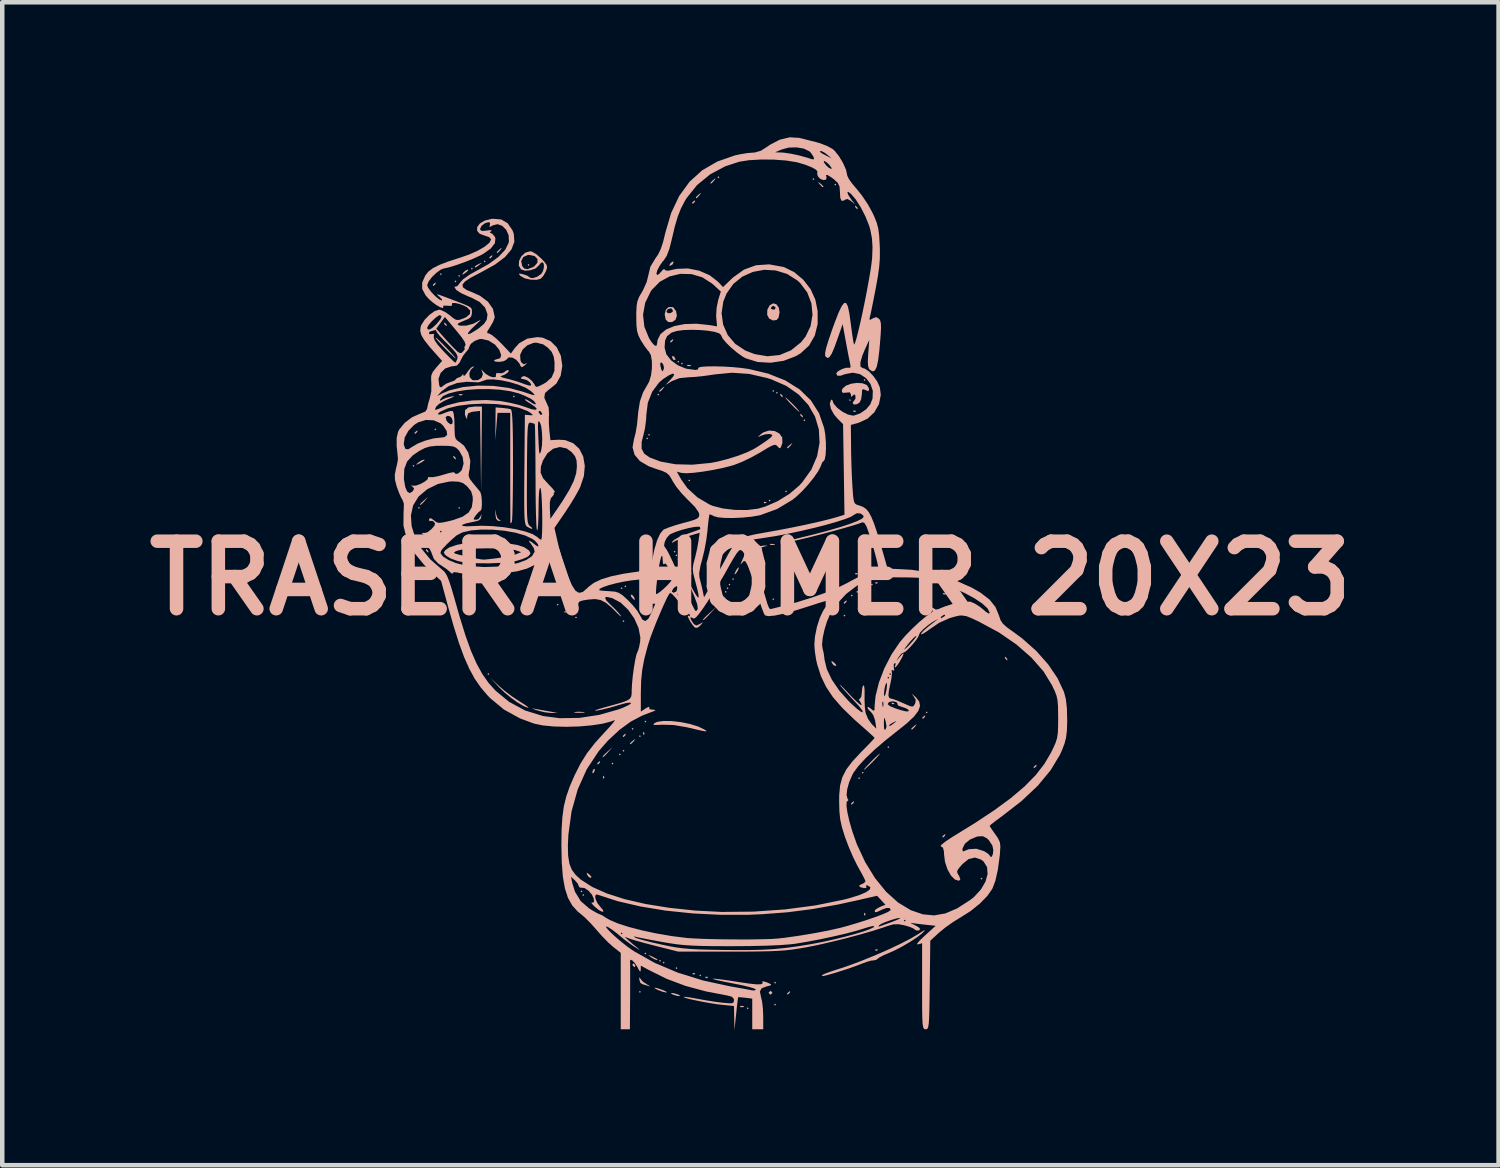
<source format=kicad_pcb>
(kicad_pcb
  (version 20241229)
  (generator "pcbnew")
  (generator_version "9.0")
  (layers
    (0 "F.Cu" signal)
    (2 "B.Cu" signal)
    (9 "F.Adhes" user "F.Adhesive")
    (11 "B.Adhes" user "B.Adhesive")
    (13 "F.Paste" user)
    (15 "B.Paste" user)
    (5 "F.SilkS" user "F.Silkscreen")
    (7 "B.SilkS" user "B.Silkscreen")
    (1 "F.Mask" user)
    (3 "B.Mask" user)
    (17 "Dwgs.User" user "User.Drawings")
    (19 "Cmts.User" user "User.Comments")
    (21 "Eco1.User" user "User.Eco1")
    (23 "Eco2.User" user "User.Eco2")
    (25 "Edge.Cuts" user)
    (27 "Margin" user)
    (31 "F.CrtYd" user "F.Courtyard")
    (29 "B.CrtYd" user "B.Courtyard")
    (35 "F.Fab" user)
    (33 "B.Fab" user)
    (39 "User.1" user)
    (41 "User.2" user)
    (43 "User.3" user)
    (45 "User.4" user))
  (footprint "TRASERA HOMER 20X23"
    (layer "F.Cu")
    (at 12.729 9.795)
    (property "Reference" "TRASERA HOMER 20X23" (at 0.893 0 0) (layer "B.SilkS") (effects (font (size 1.5 1.5) (thickness 0.3))))
    (attr board_only exclude_from_pos_files exclude_from_bom)
    (fp_poly (pts (xy -6.614 -2.495) (xy -6.593 -2.475) (xy -6.573 -2.495) (xy -6.593 -2.516)) (stroke (width 0) (type solid)) (fill yes) (layer "B.SilkS"))
    (fp_poly (pts (xy -6.492 -1.562) (xy -6.472 -1.542) (xy -6.451 -1.562) (xy -6.472 -1.582)) (stroke (width 0) (type solid)) (fill yes) (layer "B.SilkS"))
    (fp_poly (pts (xy -6.127 -3.307) (xy -6.107 -3.287) (xy -6.086 -3.307) (xy -6.107 -3.327)) (stroke (width 0) (type solid)) (fill yes) (layer "B.SilkS"))
    (fp_poly (pts (xy -6.005 -6.756) (xy -5.985 -6.735) (xy -5.965 -6.756) (xy -5.985 -6.776)) (stroke (width 0) (type solid)) (fill yes) (layer "B.SilkS"))
    (fp_poly (pts (xy -5.681 -6.593) (xy -5.66 -6.573) (xy -5.64 -6.593) (xy -5.66 -6.614)) (stroke (width 0) (type solid)) (fill yes) (layer "B.SilkS"))
    (fp_poly (pts (xy -5.599 -6.715) (xy -5.579 -6.695) (xy -5.559 -6.715) (xy -5.579 -6.735)) (stroke (width 0) (type solid)) (fill yes) (layer "B.SilkS"))
    (fp_poly (pts (xy -5.599 -1.562) (xy -5.579 -1.542) (xy -5.559 -1.562) (xy -5.579 -1.582)) (stroke (width 0) (type solid)) (fill yes) (layer "B.SilkS"))
    (fp_poly (pts (xy -5.315 -6.877) (xy -5.295 -6.857) (xy -5.275 -6.877) (xy -5.295 -6.898)) (stroke (width 0) (type solid)) (fill yes) (layer "B.SilkS"))
    (fp_poly (pts (xy -5.031 -7.04) (xy -5.011 -7.019) (xy -4.991 -7.04) (xy -5.011 -7.06)) (stroke (width 0) (type solid)) (fill yes) (layer "B.SilkS"))
    (fp_poly (pts (xy -4.95 2.13) (xy -4.93 2.15) (xy -4.91 2.13) (xy -4.93 2.11)) (stroke (width 0) (type solid)) (fill yes) (layer "B.SilkS"))
    (fp_poly (pts (xy -4.382 -4.037) (xy -4.362 -4.017) (xy -4.342 -4.037) (xy -4.362 -4.058)) (stroke (width 0) (type solid)) (fill yes) (layer "B.SilkS"))
    (fp_poly (pts (xy -4.058 -6.959) (xy -4.037 -6.938) (xy -4.017 -6.959) (xy -4.037 -6.979)) (stroke (width 0) (type solid)) (fill yes) (layer "B.SilkS"))
    (fp_poly (pts (xy -3.408 0.588) (xy -3.388 0.609) (xy -3.368 0.588) (xy -3.388 0.568)) (stroke (width 0) (type solid)) (fill yes) (layer "B.SilkS"))
    (fp_poly (pts (xy -3.246 0.751) (xy -3.226 0.771) (xy -3.205 0.751) (xy -3.226 0.73)) (stroke (width 0) (type solid)) (fill yes) (layer "B.SilkS"))
    (fp_poly (pts (xy -3.003 0.872) (xy -2.982 0.893) (xy -2.962 0.872) (xy -2.982 0.852)) (stroke (width 0) (type solid)) (fill yes) (layer "B.SilkS"))
    (fp_poly (pts (xy -2.881 6.959) (xy -2.861 6.979) (xy -2.84 6.959) (xy -2.861 6.938)) (stroke (width 0) (type solid)) (fill yes) (layer "B.SilkS"))
    (fp_poly (pts (xy -2.84 7.04) (xy -2.82 7.06) (xy -2.8 7.04) (xy -2.82 7.019)) (stroke (width 0) (type solid)) (fill yes) (layer "B.SilkS"))
    (fp_poly (pts (xy -2.191 4.118) (xy -2.171 4.139) (xy -2.15 4.118) (xy -2.171 4.098)) (stroke (width 0) (type solid)) (fill yes) (layer "B.SilkS"))
    (fp_poly (pts (xy -2.029 3.915) (xy -2.008 3.936) (xy -1.988 3.915) (xy -2.008 3.895)) (stroke (width 0) (type solid)) (fill yes) (layer "B.SilkS"))
    (fp_poly (pts (xy -1.988 0.223) (xy -1.968 0.243) (xy -1.948 0.223) (xy -1.968 0.203)) (stroke (width 0) (type solid)) (fill yes) (layer "B.SilkS"))
    (fp_poly (pts (xy -1.948 0.954) (xy -1.927 0.974) (xy -1.907 0.954) (xy -1.927 0.933)) (stroke (width 0) (type solid)) (fill yes) (layer "B.SilkS"))
    (fp_poly (pts (xy -1.948 3.834) (xy -1.927 3.855) (xy -1.907 3.834) (xy -1.927 3.814)) (stroke (width 0) (type solid)) (fill yes) (layer "B.SilkS"))
    (fp_poly (pts (xy -1.907 0.183) (xy -1.887 0.203) (xy -1.866 0.183) (xy -1.887 0.162)) (stroke (width 0) (type solid)) (fill yes) (layer "B.SilkS"))
    (fp_poly (pts (xy -1.745 3.347) (xy -1.724 3.368) (xy -1.704 3.347) (xy -1.724 3.327)) (stroke (width 0) (type solid)) (fill yes) (layer "B.SilkS"))
    (fp_poly (pts (xy -1.582 3.51) (xy -1.562 3.53) (xy -1.542 3.51) (xy -1.562 3.489)) (stroke (width 0) (type solid)) (fill yes) (layer "B.SilkS"))
    (fp_poly (pts (xy -1.582 9.19) (xy -1.562 9.211) (xy -1.542 9.19) (xy -1.562 9.17)) (stroke (width 0) (type solid)) (fill yes) (layer "B.SilkS"))
    (fp_poly (pts (xy -1.461 3.185) (xy -1.44 3.205) (xy -1.42 3.185) (xy -1.44 3.165)) (stroke (width 0) (type solid)) (fill yes) (layer "B.SilkS"))
    (fp_poly (pts (xy -1.461 8.338) (xy -1.44 8.358) (xy -1.42 8.338) (xy -1.44 8.318)) (stroke (width 0) (type solid)) (fill yes) (layer "B.SilkS"))
    (fp_poly (pts (xy -1.42 -3.104) (xy -1.4 -3.084) (xy -1.38 -3.104) (xy -1.4 -3.124)) (stroke (width 0) (type solid)) (fill yes) (layer "B.SilkS"))
    (fp_poly (pts (xy -1.38 -3.185) (xy -1.359 -3.165) (xy -1.339 -3.185) (xy -1.359 -3.205)) (stroke (width 0) (type solid)) (fill yes) (layer "B.SilkS"))
    (fp_poly (pts (xy -1.177 -4.078) (xy -1.156 -4.058) (xy -1.136 -4.078) (xy -1.156 -4.098)) (stroke (width 0) (type solid)) (fill yes) (layer "B.SilkS"))
    (fp_poly (pts (xy -1.136 8.5) (xy -1.116 8.521) (xy -1.096 8.5) (xy -1.116 8.48)) (stroke (width 0) (type solid)) (fill yes) (layer "B.SilkS"))
    (fp_poly (pts (xy -1.055 8.541) (xy -1.035 8.561) (xy -1.014 8.541) (xy -1.035 8.521)) (stroke (width 0) (type solid)) (fill yes) (layer "B.SilkS"))
    (fp_poly (pts (xy -0.812 -0.588) (xy -0.791 -0.568) (xy -0.771 -0.588) (xy -0.791 -0.609)) (stroke (width 0) (type solid)) (fill yes) (layer "B.SilkS"))
    (fp_poly (pts (xy -0.771 -0.507) (xy -0.751 -0.487) (xy -0.73 -0.507) (xy -0.751 -0.527)) (stroke (width 0) (type solid)) (fill yes) (layer "B.SilkS"))
    (fp_poly (pts (xy -0.771 8.663) (xy -0.751 8.683) (xy -0.73 8.663) (xy -0.751 8.642)) (stroke (width 0) (type solid)) (fill yes) (layer "B.SilkS"))
    (fp_poly (pts (xy -0.73 -4.808) (xy -0.71 -4.788) (xy -0.69 -4.808) (xy -0.71 -4.828)) (stroke (width 0) (type solid)) (fill yes) (layer "B.SilkS"))
    (fp_poly (pts (xy -0.73 -0.426) (xy -0.71 -0.406) (xy -0.69 -0.426) (xy -0.71 -0.446)) (stroke (width 0) (type solid)) (fill yes) (layer "B.SilkS"))
    (fp_poly (pts (xy -0.69 -0.345) (xy -0.669 -0.325) (xy -0.649 -0.345) (xy -0.669 -0.365)) (stroke (width 0) (type solid)) (fill yes) (layer "B.SilkS"))
    (fp_poly (pts (xy -0.649 -4.768) (xy -0.629 -4.747) (xy -0.609 -4.768) (xy -0.629 -4.788)) (stroke (width 0) (type solid)) (fill yes) (layer "B.SilkS"))
    (fp_poly (pts (xy -0.649 -0.264) (xy -0.629 -0.243) (xy -0.609 -0.264) (xy -0.629 -0.284)) (stroke (width 0) (type solid)) (fill yes) (layer "B.SilkS"))
    (fp_poly (pts (xy -0.568 0.751) (xy -0.548 0.771) (xy -0.527 0.751) (xy -0.548 0.73)) (stroke (width 0) (type solid)) (fill yes) (layer "B.SilkS"))
    (fp_poly (pts (xy -0.487 -2.171) (xy -0.467 -2.15) (xy -0.446 -2.171) (xy -0.467 -2.191)) (stroke (width 0) (type solid)) (fill yes) (layer "B.SilkS"))
    (fp_poly (pts (xy -0.243 8.825) (xy -0.223 8.845) (xy -0.203 8.825) (xy -0.223 8.805)) (stroke (width 0) (type solid)) (fill yes) (layer "B.SilkS"))
    (fp_poly (pts (xy -0.081 -0.264) (xy -0.061 -0.243) (xy -0.041 -0.264) (xy -0.061 -0.284)) (stroke (width 0) (type solid)) (fill yes) (layer "B.SilkS"))
    (fp_poly (pts (xy 0.162 -8.906) (xy 0.183 -8.886) (xy 0.203 -8.906) (xy 0.183 -8.927)) (stroke (width 0) (type solid)) (fill yes) (layer "B.SilkS"))
    (fp_poly (pts (xy 0.243 0.426) (xy 0.264 0.446) (xy 0.284 0.426) (xy 0.264 0.406)) (stroke (width 0) (type solid)) (fill yes) (layer "B.SilkS"))
    (fp_poly (pts (xy 0.325 0.304) (xy 0.345 0.325) (xy 0.365 0.304) (xy 0.345 0.284)) (stroke (width 0) (type solid)) (fill yes) (layer "B.SilkS"))
    (fp_poly (pts (xy 0.365 0.223) (xy 0.385 0.243) (xy 0.406 0.223) (xy 0.385 0.203)) (stroke (width 0) (type solid)) (fill yes) (layer "B.SilkS"))
    (fp_poly (pts (xy 0.406 0.142) (xy 0.426 0.162) (xy 0.446 0.142) (xy 0.426 0.122)) (stroke (width 0) (type solid)) (fill yes) (layer "B.SilkS"))
    (fp_poly (pts (xy 0.487 0.02) (xy 0.507 0.041) (xy 0.527 0.02) (xy 0.507 0)) (stroke (width 0) (type solid)) (fill yes) (layer "B.SilkS"))
    (fp_poly (pts (xy 0.812 9.555) (xy 0.832 9.576) (xy 0.852 9.555) (xy 0.832 9.535)) (stroke (width 0) (type solid)) (fill yes) (layer "B.SilkS"))
    (fp_poly (pts (xy 1.298 -1.724) (xy 1.319 -1.704) (xy 1.339 -1.724) (xy 1.319 -1.745)) (stroke (width 0) (type solid)) (fill yes) (layer "B.SilkS"))
    (fp_poly (pts (xy 1.38 -4.159) (xy 1.4 -4.139) (xy 1.42 -4.159) (xy 1.4 -4.179)) (stroke (width 0) (type solid)) (fill yes) (layer "B.SilkS"))
    (fp_poly (pts (xy 1.38 0.467) (xy 1.4 0.487) (xy 1.42 0.467) (xy 1.4 0.446)) (stroke (width 0) (type solid)) (fill yes) (layer "B.SilkS"))
    (fp_poly (pts (xy 1.42 8.987) (xy 1.44 9.008) (xy 1.461 8.987) (xy 1.44 8.967)) (stroke (width 0) (type solid)) (fill yes) (layer "B.SilkS"))
    (fp_poly (pts (xy 1.42 9.474) (xy 1.44 9.495) (xy 1.461 9.474) (xy 1.44 9.454)) (stroke (width 0) (type solid)) (fill yes) (layer "B.SilkS"))
    (fp_poly (pts (xy 1.461 -4.118) (xy 1.481 -4.098) (xy 1.501 -4.118) (xy 1.481 -4.139)) (stroke (width 0) (type solid)) (fill yes) (layer "B.SilkS"))
    (fp_poly (pts (xy 1.664 -1.927) (xy 1.684 -1.907) (xy 1.704 -1.927) (xy 1.684 -1.948)) (stroke (width 0) (type solid)) (fill yes) (layer "B.SilkS"))
    (fp_poly (pts (xy 2.069 -3.51) (xy 2.09 -3.489) (xy 2.11 -3.51) (xy 2.09 -3.53)) (stroke (width 0) (type solid)) (fill yes) (layer "B.SilkS"))
    (fp_poly (pts (xy 2.272 -8.866) (xy 2.292 -8.845) (xy 2.313 -8.866) (xy 2.292 -8.886)) (stroke (width 0) (type solid)) (fill yes) (layer "B.SilkS"))
    (fp_poly (pts (xy 2.759 -8.744) (xy 2.779 -8.724) (xy 2.8 -8.744) (xy 2.779 -8.764)) (stroke (width 0) (type solid)) (fill yes) (layer "B.SilkS"))
    (fp_poly (pts (xy 2.962 0.832) (xy 2.982 0.852) (xy 3.003 0.832) (xy 2.982 0.812)) (stroke (width 0) (type solid)) (fill yes) (layer "B.SilkS"))
    (fp_poly (pts (xy 3.084 -3.956) (xy 3.104 -3.936) (xy 3.124 -3.956) (xy 3.104 -3.976)) (stroke (width 0) (type solid)) (fill yes) (layer "B.SilkS"))
    (fp_poly (pts (xy 3.124 0.385) (xy 3.145 0.406) (xy 3.165 0.385) (xy 3.145 0.365)) (stroke (width 0) (type solid)) (fill yes) (layer "B.SilkS"))
    (fp_poly (pts (xy 3.246 0.304) (xy 3.266 0.325) (xy 3.287 0.304) (xy 3.266 0.284)) (stroke (width 0) (type solid)) (fill yes) (layer "B.SilkS"))
    (fp_poly (pts (xy 3.287 0.507) (xy 3.307 0.527) (xy 3.327 0.507) (xy 3.307 0.487)) (stroke (width 0) (type solid)) (fill yes) (layer "B.SilkS"))
    (fp_poly (pts (xy 3.287 4.443) (xy 3.307 4.463) (xy 3.327 4.443) (xy 3.307 4.423)) (stroke (width 0) (type solid)) (fill yes) (layer "B.SilkS"))
    (fp_poly (pts (xy 3.368 0.223) (xy 3.388 0.243) (xy 3.408 0.223) (xy 3.388 0.203)) (stroke (width 0) (type solid)) (fill yes) (layer "B.SilkS"))
    (fp_poly (pts (xy 3.368 4.321) (xy 3.388 4.342) (xy 3.408 4.321) (xy 3.388 4.301)) (stroke (width 0) (type solid)) (fill yes) (layer "B.SilkS"))
    (fp_poly (pts (xy 3.408 -4.402) (xy 3.429 -4.382) (xy 3.449 -4.402) (xy 3.429 -4.423)) (stroke (width 0) (type solid)) (fill yes) (layer "B.SilkS"))
    (fp_poly (pts (xy 3.571 0.142) (xy 3.591 0.162) (xy 3.611 0.142) (xy 3.591 0.122)) (stroke (width 0) (type solid)) (fill yes) (layer "B.SilkS"))
    (fp_poly (pts (xy 3.936 3.753) (xy 3.956 3.773) (xy 3.976 3.753) (xy 3.956 3.733)) (stroke (width 0) (type solid)) (fill yes) (layer "B.SilkS"))
    (fp_poly (pts (xy 4.788 2.982) (xy 4.808 3.003) (xy 4.828 2.982) (xy 4.808 2.962)) (stroke (width 0) (type solid)) (fill yes) (layer "B.SilkS"))
    (fp_poly (pts (xy 5.356 0.345) (xy 5.376 0.365) (xy 5.396 0.345) (xy 5.376 0.325)) (stroke (width 0) (type solid)) (fill yes) (layer "B.SilkS"))
    (fp_poly (pts (xy 6.005 6.675) (xy 6.025 6.695) (xy 6.046 6.675) (xy 6.025 6.654)) (stroke (width 0) (type solid)) (fill yes) (layer "B.SilkS"))
    (fp_poly (pts (xy -5.588 -4.082) (xy -5.576 -4.064) (xy -5.535 -4.061) (xy -5.492 -4.071) (xy -5.511 -4.085) (xy -5.574 -4.09)) (stroke (width 0) (type solid)) (fill yes) (layer "B.SilkS"))
    (fp_poly (pts (xy -2.38 4.396) (xy -2.385 4.444) (xy -2.38 4.45) (xy -2.356 4.444) (xy -2.353 4.423) (xy -2.368 4.389)) (stroke (width 0) (type solid)) (fill yes) (layer "B.SilkS"))
    (fp_poly (pts (xy -1.488 3.422) (xy -1.493 3.47) (xy -1.488 3.476) (xy -1.464 3.47) (xy -1.461 3.449) (xy -1.476 3.415)) (stroke (width 0) (type solid)) (fill yes) (layer "B.SilkS"))
    (fp_poly (pts (xy -0.516 -4.731) (xy -0.504 -4.713) (xy -0.463 -4.71) (xy -0.42 -4.72) (xy -0.439 -4.734) (xy -0.502 -4.739)) (stroke (width 0) (type solid)) (fill yes) (layer "B.SilkS"))
    (fp_poly (pts (xy -0.392 8.778) (xy -0.387 8.802) (xy -0.365 8.805) (xy -0.332 8.79) (xy -0.338 8.778) (xy -0.386 8.773)) (stroke (width 0) (type solid)) (fill yes) (layer "B.SilkS"))
    (fp_poly (pts (xy -0.108 8.859) (xy -0.103 8.883) (xy -0.081 8.886) (xy -0.048 8.871) (xy -0.054 8.859) (xy -0.102 8.854)) (stroke (width 0) (type solid)) (fill yes) (layer "B.SilkS"))
    (fp_poly (pts (xy 0.66 9.511) (xy 0.672 9.529) (xy 0.713 9.532) (xy 0.757 9.522) (xy 0.738 9.507) (xy 0.675 9.503)) (stroke (width 0) (type solid)) (fill yes) (layer "B.SilkS"))
    (fp_poly (pts (xy 1.19 -1.691) (xy 1.196 -1.667) (xy 1.217 -1.664) (xy 1.251 -1.678) (xy 1.244 -1.691) (xy 1.196 -1.695)) (stroke (width 0) (type solid)) (fill yes) (layer "B.SilkS"))
    (fp_poly (pts (xy 1.329 -0.757) (xy 1.324 -0.742) (xy 1.38 -0.737) (xy 1.437 -0.743) (xy 1.43 -0.757) (xy 1.347 -0.763)) (stroke (width 0) (type solid)) (fill yes) (layer "B.SilkS"))
    (fp_poly (pts (xy 3.178 -3.719) (xy 3.184 -3.695) (xy 3.205 -3.692) (xy 3.239 -3.707) (xy 3.232 -3.719) (xy 3.184 -3.724)) (stroke (width 0) (type solid)) (fill yes) (layer "B.SilkS"))
    (fp_poly (pts (xy 3.219 -0.108) (xy 3.225 -0.084) (xy 3.246 -0.081) (xy 3.279 -0.096) (xy 3.273 -0.108) (xy 3.225 -0.113)) (stroke (width 0) (type solid)) (fill yes) (layer "B.SilkS"))
    (fp_poly (pts (xy 3.422 7.439) (xy 3.417 7.487) (xy 3.422 7.493) (xy 3.446 7.487) (xy 3.449 7.466) (xy 3.434 7.432)) (stroke (width 0) (type solid)) (fill yes) (layer "B.SilkS"))
    (fp_poly (pts (xy 3.665 0.095) (xy 3.671 0.119) (xy 3.692 0.122) (xy 3.726 0.107) (xy 3.719 0.095) (xy 3.671 0.09)) (stroke (width 0) (type solid)) (fill yes) (layer "B.SilkS"))
    (fp_poly (pts (xy 3.665 8.25) (xy 3.671 8.274) (xy 3.692 8.277) (xy 3.726 8.262) (xy 3.719 8.25) (xy 3.671 8.245)) (stroke (width 0) (type solid)) (fill yes) (layer "B.SilkS"))
    (fp_poly (pts (xy 4.03 2.773) (xy 4.036 2.797) (xy 4.058 2.8) (xy 4.091 2.785) (xy 4.085 2.773) (xy 4.036 2.768)) (stroke (width 0) (type solid)) (fill yes) (layer "B.SilkS"))
    (fp_poly (pts (xy 4.68 0.5) (xy 4.685 0.525) (xy 4.707 0.527) (xy 4.74 0.513) (xy 4.734 0.5) (xy 4.686 0.496)) (stroke (width 0) (type solid)) (fill yes) (layer "B.SilkS"))
    (fp_poly (pts (xy 5.164 0.341) (xy 5.176 0.359) (xy 5.217 0.362) (xy 5.261 0.352) (xy 5.242 0.337) (xy 5.178 0.333)) (stroke (width 0) (type solid)) (fill yes) (layer "B.SilkS"))
    (fp_poly (pts (xy -6.526 -3.27) (xy -6.57 -3.232) (xy -6.573 -3.223) (xy -6.554 -3.207) (xy -6.514 -3.244) (xy -6.508 -3.252) (xy -6.504 -3.28)) (stroke (width 0) (type solid)) (fill yes) (layer "B.SilkS"))
    (fp_poly (pts (xy -6.36 -1.728) (xy -6.425 -1.669) (xy -6.451 -1.637) (xy -6.433 -1.627) (xy -6.375 -1.681) (xy -6.346 -1.714) (xy -6.269 -1.806)) (stroke (width 0) (type solid)) (fill yes) (layer "B.SilkS"))
    (fp_poly (pts (xy -6.121 -6.557) (xy -6.164 -6.516) (xy -6.155 -6.492) (xy -6.15 -6.492) (xy -6.115 -6.521) (xy -6.103 -6.539) (xy -6.098 -6.567)) (stroke (width 0) (type solid)) (fill yes) (layer "B.SilkS"))
    (fp_poly (pts (xy -5.444 -6.829) (xy -5.478 -6.796) (xy -5.513 -6.745) (xy -5.49 -6.748) (xy -5.419 -6.798) (xy -5.375 -6.842) (xy -5.384 -6.857)) (stroke (width 0) (type solid)) (fill yes) (layer "B.SilkS"))
    (fp_poly (pts (xy -4.863 -7.165) (xy -4.906 -7.128) (xy -4.91 -7.119) (xy -4.89 -7.102) (xy -4.85 -7.139) (xy -4.845 -7.147) (xy -4.84 -7.175)) (stroke (width 0) (type solid)) (fill yes) (layer "B.SilkS"))
    (fp_poly (pts (xy -2.596 4.249) (xy -2.611 4.279) (xy -2.621 4.336) (xy -2.594 4.325) (xy -2.575 4.298) (xy -2.562 4.245) (xy -2.567 4.236)) (stroke (width 0) (type solid)) (fill yes) (layer "B.SilkS"))
    (fp_poly (pts (xy -2.469 4.074) (xy -2.512 4.115) (xy -2.503 4.138) (xy -2.498 4.139) (xy -2.463 4.11) (xy -2.451 4.092) (xy -2.446 4.064)) (stroke (width 0) (type solid)) (fill yes) (layer "B.SilkS"))
    (fp_poly (pts (xy -1.901 3.465) (xy -1.944 3.506) (xy -1.935 3.53) (xy -1.93 3.53) (xy -1.895 3.501) (xy -1.883 3.483) (xy -1.878 3.455)) (stroke (width 0) (type solid)) (fill yes) (layer "B.SilkS"))
    (fp_poly (pts (xy -0.846 -5.299) (xy -0.889 -5.261) (xy -0.893 -5.252) (xy -0.873 -5.235) (xy -0.833 -5.273) (xy -0.828 -5.281) (xy -0.823 -5.309)) (stroke (width 0) (type solid)) (fill yes) (layer "B.SilkS"))
    (fp_poly (pts (xy -0.844 -7.03) (xy -0.884 -6.995) (xy -0.91 -6.949) (xy -0.897 -6.938) (xy -0.841 -6.968) (xy -0.83 -6.982) (xy -0.813 -7.032)) (stroke (width 0) (type solid)) (fill yes) (layer "B.SilkS"))
    (fp_poly (pts (xy -0.359 -8.383) (xy -0.402 -8.345) (xy -0.406 -8.336) (xy -0.386 -8.319) (xy -0.346 -8.356) (xy -0.341 -8.365) (xy -0.336 -8.393)) (stroke (width 0) (type solid)) (fill yes) (layer "B.SilkS"))
    (fp_poly (pts (xy 0.169 0.544) (xy 0.125 0.582) (xy 0.122 0.591) (xy 0.141 0.607) (xy 0.181 0.57) (xy 0.186 0.562) (xy 0.191 0.534)) (stroke (width 0) (type solid)) (fill yes) (layer "B.SilkS"))
    (fp_poly (pts (xy 1.751 9.186) (xy 1.707 9.227) (xy 1.716 9.251) (xy 1.722 9.251) (xy 1.756 9.222) (xy 1.769 9.204) (xy 1.774 9.177)) (stroke (width 0) (type solid)) (fill yes) (layer "B.SilkS"))
    (fp_poly (pts (xy 3.009 0.503) (xy 2.965 0.544) (xy 2.974 0.568) (xy 2.98 0.568) (xy 3.014 0.539) (xy 3.027 0.521) (xy 3.031 0.493)) (stroke (width 0) (type solid)) (fill yes) (layer "B.SilkS"))
    (fp_poly (pts (xy 3.171 4.967) (xy 3.128 5.007) (xy 3.137 5.031) (xy 3.142 5.031) (xy 3.176 5.002) (xy 3.189 4.984) (xy 3.194 4.957)) (stroke (width 0) (type solid)) (fill yes) (layer "B.SilkS"))
    (fp_poly (pts (xy 4.754 3.06) (xy 4.71 3.1) (xy 4.719 3.124) (xy 4.725 3.124) (xy 4.759 3.095) (xy 4.771 3.077) (xy 4.776 3.05)) (stroke (width 0) (type solid)) (fill yes) (layer "B.SilkS"))
    (fp_poly (pts (xy 5.2 5.697) (xy 5.156 5.738) (xy 5.165 5.761) (xy 5.171 5.762) (xy 5.205 5.733) (xy 5.218 5.715) (xy 5.223 5.687)) (stroke (width 0) (type solid)) (fill yes) (layer "B.SilkS"))
    (fp_poly (pts (xy 7.229 4.155) (xy 7.185 4.193) (xy 7.182 4.202) (xy 7.201 4.219) (xy 7.241 4.181) (xy 7.247 4.173) (xy 7.251 4.145)) (stroke (width 0) (type solid)) (fill yes) (layer "B.SilkS"))
    (fp_poly (pts (xy -6.317 -0.623) (xy -6.309 -0.609) (xy -6.271 -0.57) (xy -6.264 -0.568) (xy -6.261 -0.594) (xy -6.269 -0.609) (xy -6.307 -0.647) (xy -6.314 -0.649)) (stroke (width 0) (type solid)) (fill yes) (layer "B.SilkS"))
    (fp_poly (pts (xy -5.911 -5.654) (xy -5.904 -5.64) (xy -5.865 -5.601) (xy -5.858 -5.599) (xy -5.856 -5.626) (xy -5.863 -5.64) (xy -5.901 -5.679) (xy -5.908 -5.681)) (stroke (width 0) (type solid)) (fill yes) (layer "B.SilkS"))
    (fp_poly (pts (xy -5.708 -2.692) (xy -5.701 -2.678) (xy -5.663 -2.639) (xy -5.655 -2.637) (xy -5.653 -2.664) (xy -5.66 -2.678) (xy -5.698 -2.717) (xy -5.706 -2.719)) (stroke (width 0) (type solid)) (fill yes) (layer "B.SilkS"))
    (fp_poly (pts (xy -5.093 -7.003) (xy -5.143 -6.98) (xy -5.212 -6.94) (xy -5.234 -6.917) (xy -5.221 -6.9) (xy -5.173 -6.928) (xy -5.13 -6.961) (xy -5.078 -7.005)) (stroke (width 0) (type solid)) (fill yes) (layer "B.SilkS"))
    (fp_poly (pts (xy -4.647 -7.331) (xy -4.676 -7.309) (xy -4.739 -7.249) (xy -4.739 -7.223) (xy -4.732 -7.222) (xy -4.698 -7.25) (xy -4.661 -7.293) (xy -4.626 -7.341)) (stroke (width 0) (type solid)) (fill yes) (layer "B.SilkS"))
    (fp_poly (pts (xy -3.013 2.974) (xy -3.03 2.983) (xy -2.976 2.99) (xy -2.901 2.991) (xy -2.809 2.988) (xy -2.782 2.981) (xy -2.81 2.973) (xy -2.93 2.967)) (stroke (width 0) (type solid)) (fill yes) (layer "B.SilkS"))
    (fp_poly (pts (xy -2.74 6.575) (xy -2.735 6.588) (xy -2.699 6.638) (xy -2.656 6.659) (xy -2.637 6.639) (xy -2.664 6.604) (xy -2.699 6.572) (xy -2.743 6.543)) (stroke (width 0) (type solid)) (fill yes) (layer "B.SilkS"))
    (fp_poly (pts (xy -2.282 3.852) (xy -2.367 3.931) (xy -2.393 3.969) (xy -2.381 3.976) (xy -2.348 3.949) (xy -2.284 3.882) (xy -2.269 3.865) (xy -2.171 3.753)) (stroke (width 0) (type solid)) (fill yes) (layer "B.SilkS"))
    (fp_poly (pts (xy -1.767 0.389) (xy -1.745 0.426) (xy -1.697 0.476) (xy -1.68 0.487) (xy -1.68 0.456) (xy -1.689 0.426) (xy -1.732 0.372) (xy -1.754 0.365)) (stroke (width 0) (type solid)) (fill yes) (layer "B.SilkS"))
    (fp_poly (pts (xy -1.731 8.586) (xy -1.724 8.602) (xy -1.688 8.641) (xy -1.681 8.642) (xy -1.664 8.611) (xy -1.664 8.602) (xy -1.695 8.563) (xy -1.707 8.561)) (stroke (width 0) (type solid)) (fill yes) (layer "B.SilkS"))
    (fp_poly (pts (xy -1.685 3.583) (xy -1.714 3.606) (xy -1.77 3.656) (xy -1.785 3.677) (xy -1.766 3.689) (xy -1.712 3.637) (xy -1.699 3.621) (xy -1.664 3.573)) (stroke (width 0) (type solid)) (fill yes) (layer "B.SilkS"))
    (fp_poly (pts (xy -1.036 -4.248) (xy -1.065 -4.225) (xy -1.121 -4.175) (xy -1.136 -4.154) (xy -1.116 -4.142) (xy -1.062 -4.194) (xy -1.05 -4.21) (xy -1.015 -4.258)) (stroke (width 0) (type solid)) (fill yes) (layer "B.SilkS"))
    (fp_poly (pts (xy -0.875 9.227) (xy -0.832 9.251) (xy -0.737 9.28) (xy -0.69 9.286) (xy -0.667 9.276) (xy -0.71 9.251) (xy -0.805 9.222) (xy -0.852 9.216)) (stroke (width 0) (type solid)) (fill yes) (layer "B.SilkS"))
    (fp_poly (pts (xy -0.849 -4.928) (xy -0.852 -4.914) (xy -0.822 -4.857) (xy -0.812 -4.849) (xy -0.774 -4.851) (xy -0.771 -4.864) (xy -0.801 -4.922) (xy -0.812 -4.93)) (stroke (width 0) (type solid)) (fill yes) (layer "B.SilkS"))
    (fp_poly (pts (xy -0.224 -8.549) (xy -0.254 -8.526) (xy -0.317 -8.467) (xy -0.316 -8.44) (xy -0.309 -8.44) (xy -0.275 -8.467) (xy -0.238 -8.511) (xy -0.203 -8.559)) (stroke (width 0) (type solid)) (fill yes) (layer "B.SilkS"))
    (fp_poly (pts (xy 0.1 -8.873) (xy 0.071 -8.851) (xy 0.008 -8.791) (xy 0.008 -8.765) (xy 0.015 -8.764) (xy 0.049 -8.792) (xy 0.086 -8.835) (xy 0.121 -8.883)) (stroke (width 0) (type solid)) (fill yes) (layer "B.SilkS"))
    (fp_poly (pts (xy 0.599 -0.212) (xy 0.568 -0.162) (xy 0.542 -0.1) (xy 0.545 -0.081) (xy 0.577 -0.112) (xy 0.609 -0.162) (xy 0.635 -0.225) (xy 0.632 -0.243)) (stroke (width 0) (type solid)) (fill yes) (layer "B.SilkS"))
    (fp_poly (pts (xy 1.3 9.201) (xy 1.298 9.211) (xy 1.329 9.25) (xy 1.339 9.251) (xy 1.378 9.22) (xy 1.38 9.211) (xy 1.349 9.171) (xy 1.339 9.17)) (stroke (width 0) (type solid)) (fill yes) (layer "B.SilkS"))
    (fp_poly (pts (xy 1.555 -4.072) (xy 1.562 -4.058) (xy 1.6 -4.019) (xy 1.608 -4.017) (xy 1.61 -4.043) (xy 1.603 -4.058) (xy 1.564 -4.096) (xy 1.557 -4.098)) (stroke (width 0) (type solid)) (fill yes) (layer "B.SilkS"))
    (fp_poly (pts (xy 1.805 -2.99) (xy 1.775 -2.967) (xy 1.719 -2.917) (xy 1.704 -2.896) (xy 1.724 -2.884) (xy 1.778 -2.936) (xy 1.79 -2.952) (xy 1.826 -3)) (stroke (width 0) (type solid)) (fill yes) (layer "B.SilkS"))
    (fp_poly (pts (xy 2.001 -3.626) (xy 2.008 -3.611) (xy 2.047 -3.572) (xy 2.054 -3.571) (xy 2.057 -3.597) (xy 2.049 -3.611) (xy 2.011 -3.65) (xy 2.004 -3.652)) (stroke (width 0) (type solid)) (fill yes) (layer "B.SilkS"))
    (fp_poly (pts (xy 2.407 -8.783) (xy 2.429 -8.754) (xy 2.489 -8.691) (xy 2.515 -8.691) (xy 2.516 -8.698) (xy 2.488 -8.732) (xy 2.445 -8.769) (xy 2.397 -8.804)) (stroke (width 0) (type solid)) (fill yes) (layer "B.SilkS"))
    (fp_poly (pts (xy 2.697 1.868) (xy 2.702 1.881) (xy 2.738 1.931) (xy 2.781 1.952) (xy 2.8 1.932) (xy 2.773 1.897) (xy 2.738 1.866) (xy 2.694 1.836)) (stroke (width 0) (type solid)) (fill yes) (layer "B.SilkS"))
    (fp_poly (pts (xy 3.218 -8.251) (xy 3.226 -8.237) (xy 3.264 -8.198) (xy 3.271 -8.196) (xy 3.274 -8.222) (xy 3.266 -8.237) (xy 3.228 -8.275) (xy 3.221 -8.277)) (stroke (width 0) (type solid)) (fill yes) (layer "B.SilkS"))
    (fp_poly (pts (xy 4.564 3.259) (xy 4.534 3.281) (xy 4.478 3.331) (xy 4.463 3.352) (xy 4.483 3.365) (xy 4.537 3.312) (xy 4.55 3.297) (xy 4.585 3.249)) (stroke (width 0) (type solid)) (fill yes) (layer "B.SilkS"))
    (fp_poly (pts (xy 6.545 1.771) (xy 6.553 1.785) (xy 6.591 1.824) (xy 6.598 1.826) (xy 6.601 1.8) (xy 6.593 1.785) (xy 6.555 1.747) (xy 6.548 1.745)) (stroke (width 0) (type solid)) (fill yes) (layer "B.SilkS"))
    (fp_poly (pts (xy -6.416 -2.615) (xy -6.474 -2.578) (xy -6.529 -2.53) (xy -6.519 -2.523) (xy -6.449 -2.555) (xy -6.411 -2.577) (xy -6.352 -2.617) (xy -6.351 -2.636) (xy -6.352 -2.636)) (stroke (width 0) (type solid)) (fill yes) (layer "B.SilkS"))
    (fp_poly (pts (xy -1.366 8.38) (xy -1.321 8.417) (xy -1.263 8.454) (xy -1.204 8.479) (xy -1.169 8.485) (xy -1.18 8.465) (xy -1.226 8.439) (xy -1.298 8.402) (xy -1.366 8.372)) (stroke (width 0) (type solid)) (fill yes) (layer "B.SilkS"))
    (fp_poly (pts (xy -0.01 0.769) (xy -0.097 0.85) (xy -0.152 0.907) (xy -0.162 0.921) (xy -0.151 0.931) (xy -0.111 0.899) (xy -0.031 0.817) (xy 0.002 0.781) (xy 0.142 0.629)) (stroke (width 0) (type solid)) (fill yes) (layer "B.SilkS"))
    (fp_poly (pts (xy 1.114 -0.714) (xy 1.044 -0.683) (xy 1.012 -0.646) (xy 1.018 -0.632) (xy 1.062 -0.634) (xy 1.078 -0.646) (xy 1.147 -0.685) (xy 1.197 -0.701) (xy 1.278 -0.721) (xy 1.197 -0.725)) (stroke (width 0) (type solid)) (fill yes) (layer "B.SilkS"))
    (fp_poly (pts (xy -1.237 9.107) (xy -1.179 9.141) (xy -1.156 9.151) (xy -1.053 9.19) (xy -0.974 9.206) (xy -0.974 9.206) (xy -0.967 9.193) (xy -1.024 9.162) (xy -1.055 9.15) (xy -1.166 9.111) (xy -1.23 9.097)) (stroke (width 0) (type solid)) (fill yes) (layer "B.SilkS"))
    (fp_poly (pts (xy -4.774 -1.443) (xy -4.773 -1.42) (xy -4.758 -1.319) (xy -4.714 -1.276) (xy -4.686 -1.271) (xy -4.64 -1.269) (xy -4.671 -1.282) (xy -4.674 -1.283) (xy -4.73 -1.337) (xy -4.76 -1.433) (xy -4.772 -1.513) (xy -4.776 -1.517)) (stroke (width 0) (type solid)) (fill yes) (layer "B.SilkS"))
    (fp_poly (pts (xy -3.952 2.897) (xy -3.893 2.92) (xy -3.834 2.94) (xy -3.691 2.977) (xy -3.55 2.994) (xy -3.53 2.994) (xy -3.388 2.992) (xy -3.55 2.964) (xy -3.699 2.938) (xy -3.843 2.912) (xy -3.855 2.91) (xy -3.938 2.895)) (stroke (width 0) (type solid)) (fill yes) (layer "B.SilkS"))
    (fp_poly (pts (xy -1.578 8.912) (xy -1.552 8.992) (xy -1.511 9.019) (xy -1.411 9.049) (xy -1.359 9.065) (xy -1.337 9.067) (xy -1.38 9.038) (xy -1.408 9.023) (xy -1.5 8.96) (xy -1.553 8.897) (xy -1.556 8.89) (xy -1.57 8.863)) (stroke (width 0) (type solid)) (fill yes) (layer "B.SilkS"))
    (fp_poly (pts (xy -0.605 -0.183) (xy -0.587 -0.123) (xy -0.542 -0.027) (xy -0.527 0) (xy -0.48 0.079) (xy -0.452 0.107) (xy -0.45 0.101) (xy -0.468 0.042) (xy -0.513 -0.054) (xy -0.527 -0.081) (xy -0.575 -0.16) (xy -0.603 -0.188)) (stroke (width 0) (type solid)) (fill yes) (layer "B.SilkS"))
    (fp_poly (pts (xy 1.682 -3.991) (xy 1.74 -3.924) (xy 1.806 -3.855) (xy 1.896 -3.766) (xy 1.962 -3.707) (xy 1.984 -3.692) (xy 1.97 -3.718) (xy 1.912 -3.785) (xy 1.846 -3.855) (xy 1.756 -3.943) (xy 1.69 -4.002) (xy 1.667 -4.017)) (stroke (width 0) (type solid)) (fill yes) (layer "B.SilkS"))
    (fp_poly (pts (xy 3.733 3.922) (xy 3.658 3.992) (xy 3.571 4.078) (xy 3.482 4.172) (xy 3.424 4.237) (xy 3.412 4.26) (xy 3.448 4.234) (xy 3.524 4.164) (xy 3.611 4.078) (xy 3.7 3.984) (xy 3.757 3.918) (xy 3.77 3.895)) (stroke (width 0) (type solid)) (fill yes) (layer "B.SilkS"))
    (fp_poly (pts (xy -6.099 -5.331) (xy -6.045 -5.266) (xy -5.954 -5.168) (xy -5.905 -5.117) (xy -5.771 -4.983) (xy -5.686 -4.902) (xy -5.651 -4.876) (xy -5.669 -4.904) (xy -5.741 -4.988) (xy -5.847 -5.102) (xy -5.955 -5.215) (xy -6.045 -5.301) (xy -6.101 -5.348) (xy -6.106 -5.351)) (stroke (width 0) (type solid)) (fill yes) (layer "B.SilkS"))
    (fp_poly (pts (xy -4.686 2.428) (xy -4.563 2.546) (xy -4.419 2.663) (xy -4.273 2.767) (xy -4.144 2.843) (xy -4.05 2.879) (xy -4.037 2.88) (xy -4.049 2.862) (xy -4.116 2.813) (xy -4.226 2.744) (xy -4.24 2.735) (xy -4.407 2.625) (xy -4.581 2.492) (xy -4.686 2.401) (xy -4.889 2.211)) (stroke (width 0) (type solid)) (fill yes) (layer "B.SilkS"))
    (fp_poly (pts (xy -5.372 -3.794) (xy -5.447 -3.734) (xy -5.45 -3.636) (xy -5.44 -3.606) (xy -5.412 -3.541) (xy -5.401 -3.55) (xy -5.399 -3.597) (xy -5.379 -3.66) (xy -5.308 -3.692) (xy -5.255 -3.7) (xy -5.114 -3.716) (xy -5.102 -2.822) (xy -5.091 -1.927) (xy -5.081 -2.871) (xy -5.072 -3.814) (xy -5.229 -3.814)) (stroke (width 0) (type solid)) (fill yes) (layer "B.SilkS"))
    (fp_poly (pts (xy -1.176 3.192) (xy -1.235 3.219) (xy -1.265 3.247) (xy -1.246 3.261) (xy -1.165 3.261) (xy -1.07 3.255) (xy -0.821 3.262) (xy -0.52 3.312) (xy -0.474 3.323) (xy -0.283 3.368) (xy -0.161 3.394) (xy -0.098 3.404) (xy -0.084 3.397) (xy -0.108 3.376) (xy -0.122 3.367) (xy -0.262 3.298) (xy -0.445 3.241) (xy -0.648 3.199) (xy -0.852 3.175) (xy -1.034 3.172)) (stroke (width 0) (type solid)) (fill yes) (layer "B.SilkS"))
    (fp_poly (pts (xy -0.987 -5.964) (xy -1.012 -5.863) (xy -0.99 -5.745) (xy -0.933 -5.69) (xy -0.849 -5.689) (xy -0.771 -5.741) (xy -0.741 -5.83) (xy -0.759 -5.933) (xy -0.761 -5.936) (xy -0.828 -5.936) (xy -0.834 -5.921) (xy -0.884 -5.888) (xy -0.945 -5.889) (xy -0.974 -5.922) (xy -0.942 -5.978) (xy -0.875 -5.994) (xy -0.851 -5.984) (xy -0.828 -5.936) (xy -0.761 -5.936) (xy -0.815 -6.01) (xy -0.837 -6.022) (xy -0.926 -6.023)) (stroke (width 0) (type solid)) (fill yes) (layer "B.SilkS"))
    (fp_poly (pts (xy 1.322 -6.063) (xy 1.268 -5.963) (xy 1.265 -5.85) (xy 1.307 -5.77) (xy 1.391 -5.725) (xy 1.474 -5.736) (xy 1.517 -5.785) (xy 1.541 -5.908) (xy 1.523 -6.008) (xy 1.453 -6.008) (xy 1.433 -5.971) (xy 1.4 -5.965) (xy 1.349 -5.985) (xy 1.347 -6.008) (xy 1.389 -6.05) (xy 1.4 -6.052) (xy 1.447 -6.02) (xy 1.453 -6.008) (xy 1.523 -6.008) (xy 1.522 -6.013) (xy 1.471 -6.084) (xy 1.4 -6.106)) (stroke (width 0) (type solid)) (fill yes) (layer "B.SilkS"))
    (fp_poly (pts (xy 3.126 -4.319) (xy 3.012 -4.276) (xy 2.938 -4.211) (xy 2.921 -4.157) (xy 2.944 -4.116) (xy 3.021 -4.122) (xy 3.023 -4.122) (xy 3.099 -4.129) (xy 3.124 -4.089) (xy 3.125 -4.072) (xy 3.133 -4.024) (xy 3.16 -4.052) (xy 3.199 -4.084) (xy 3.225 -4.058) (xy 3.228 -3.991) (xy 3.21 -3.965) (xy 3.169 -3.906) (xy 3.165 -3.887) (xy 3.194 -3.857) (xy 3.258 -3.865) (xy 3.319 -3.903) (xy 3.353 -3.976) (xy 3.368 -4.083) (xy 3.368 -4.087) (xy 3.373 -4.176) (xy 3.397 -4.2) (xy 3.452 -4.178) (xy 3.514 -4.153) (xy 3.527 -4.187) (xy 3.523 -4.224) (xy 3.478 -4.292) (xy 3.381 -4.33) (xy 3.256 -4.338)) (stroke (width 0) (type solid)) (fill yes) (layer "B.SilkS"))
    (fp_poly (pts (xy -4.771 -3.429) (xy -4.775 -3.063) (xy -4.751 -3.368) (xy -4.727 -3.672) (xy -4.585 -3.672) (xy -4.443 -3.672) (xy -4.443 -2.445) (xy -4.443 -2.138) (xy -4.443 -1.86) (xy -4.442 -1.619) (xy -4.441 -1.427) (xy -4.441 -1.291) (xy -4.44 -1.223) (xy -4.44 -1.217) (xy -4.414 -1.24) (xy -4.409 -1.244) (xy -4.402 -1.29) (xy -4.396 -1.407) (xy -4.391 -1.585) (xy -4.387 -1.813) (xy -4.384 -2.082) (xy -4.382 -2.382) (xy -4.382 -2.503) (xy -4.383 -2.871) (xy -4.385 -3.164) (xy -4.39 -3.39) (xy -4.397 -3.555) (xy -4.406 -3.666) (xy -4.418 -3.73) (xy -4.433 -3.754) (xy -4.506 -3.769) (xy -4.616 -3.782) (xy -4.626 -3.783) (xy -4.768 -3.794)) (stroke (width 0) (type solid)) (fill yes) (layer "B.SilkS"))
    (fp_poly (pts (xy 4.69 7.861) (xy 4.646 7.891) (xy 4.466 7.999) (xy 4.227 8.123) (xy 3.945 8.256) (xy 3.639 8.389) (xy 3.327 8.515) (xy 3.026 8.626) (xy 2.779 8.706) (xy 2.645 8.75) (xy 2.542 8.789) (xy 2.497 8.812) (xy 2.478 8.836) (xy 2.504 8.84) (xy 2.583 8.823) (xy 2.726 8.783) (xy 2.84 8.748) (xy 3.025 8.689) (xy 3.214 8.623) (xy 3.363 8.566) (xy 3.489 8.52) (xy 3.587 8.494) (xy 3.627 8.492) (xy 3.69 8.479) (xy 3.713 8.459) (xy 3.773 8.417) (xy 3.879 8.364) (xy 3.936 8.341) (xy 4.092 8.272) (xy 4.27 8.18) (xy 4.446 8.076) (xy 4.6 7.975) (xy 4.708 7.89) (xy 4.727 7.871) (xy 4.766 7.824) (xy 4.756 7.82)) (stroke (width 0) (type solid)) (fill yes) (layer "B.SilkS"))
    (fp_poly (pts (xy -4.108 -7.232) (xy -4.195 -7.153) (xy -4.247 -7.049) (xy -4.253 -6.943) (xy -4.203 -6.86) (xy -4.115 -6.831) (xy -3.996 -6.841) (xy -3.883 -6.88) (xy -3.812 -6.943) (xy -3.812 -6.943) (xy -3.762 -7.005) (xy -3.731 -7.019) (xy -3.699 -6.987) (xy -3.694 -6.912) (xy -3.715 -6.824) (xy -3.753 -6.761) (xy -3.841 -6.699) (xy -3.933 -6.667) (xy -4.001 -6.674) (xy -4.012 -6.684) (xy -4.066 -6.721) (xy -4.159 -6.752) (xy -4.239 -6.768) (xy -4.251 -6.756) (xy -4.215 -6.715) (xy -4.123 -6.662) (xy -3.991 -6.632) (xy -3.859 -6.628) (xy -3.769 -6.652) (xy -3.707 -6.717) (xy -3.652 -6.817) (xy -3.651 -6.818) (xy -3.625 -6.894) (xy -3.631 -6.952) (xy -3.677 -7.019) (xy -3.744 -7.091) (xy -3.838 -7.091) (xy -3.839 -7.009) (xy -3.908 -6.929) (xy -3.948 -6.906) (xy -4.061 -6.865) (xy -4.134 -6.88) (xy -4.179 -6.938) (xy -4.2 -7.046) (xy -4.154 -7.134) (xy -4.055 -7.179) (xy -4.02 -7.182) (xy -3.901 -7.156) (xy -3.838 -7.091) (xy -3.744 -7.091) (xy -3.756 -7.103) (xy -3.858 -7.193) (xy -3.953 -7.251) (xy -3.997 -7.263)) (stroke (width 0) (type solid)) (fill yes) (layer "B.SilkS"))
    (fp_poly (pts (xy -5.402 -0.782) (xy -5.626 -0.741) (xy -5.795 -0.684) (xy -5.883 -0.625) (xy -5.919 -0.574) (xy -5.898 -0.528) (xy -5.852 -0.488) (xy -5.758 -0.434) (xy -5.624 -0.386) (xy -5.556 -0.368) (xy -5.378 -0.344) (xy -5.147 -0.331) (xy -4.893 -0.33) (xy -4.643 -0.341) (xy -4.426 -0.362) (xy -4.307 -0.384) (xy -4.174 -0.424) (xy -4.068 -0.47) (xy -4.031 -0.496) (xy -3.992 -0.551) (xy -4.005 -0.578) (xy -4.2 -0.578) (xy -4.321 -0.529) (xy -4.427 -0.499) (xy -4.587 -0.467) (xy -4.776 -0.439) (xy -4.967 -0.417) (xy -5.031 -0.412) (xy -5.098 -0.419) (xy -5.22 -0.441) (xy -5.374 -0.473) (xy -5.417 -0.483) (xy -5.575 -0.52) (xy -5.664 -0.545) (xy -5.694 -0.565) (xy -5.674 -0.586) (xy -5.62 -0.611) (xy -5.527 -0.633) (xy -5.373 -0.649) (xy -5.179 -0.659) (xy -4.964 -0.663) (xy -4.75 -0.66) (xy -4.555 -0.651) (xy -4.401 -0.636) (xy -4.321 -0.619) (xy -4.2 -0.578) (xy -4.005 -0.578) (xy -4.016 -0.601) (xy -4.036 -0.622) (xy -4.132 -0.687) (xy -4.278 -0.736) (xy -4.485 -0.771) (xy -4.761 -0.795) (xy -4.849 -0.8) (xy -5.139 -0.802)) (stroke (width 0) (type solid)) (fill yes) (layer "B.SilkS"))
    (fp_poly (pts (xy 1.543 -9.741) (xy 1.321 -9.625) (xy 1.273 -9.59) (xy 1.123 -9.495) (xy 0.987 -9.456) (xy 0.941 -9.454) (xy 0.815 -9.443) (xy 0.655 -9.416) (xy 0.546 -9.392) (xy 0.157 -9.256) (xy -0.178 -9.062) (xy -0.46 -8.807) (xy -0.689 -8.492) (xy -0.868 -8.114) (xy -0.993 -7.691) (xy -1.047 -7.472) (xy -1.099 -7.313) (xy -1.157 -7.193) (xy -1.218 -7.105) (xy -1.33 -6.919) (xy -1.37 -6.751) (xy -1.413 -6.577) (xy -1.496 -6.393) (xy -1.517 -6.357) (xy -1.58 -6.249) (xy -1.617 -6.155) (xy -1.636 -6.049) (xy -1.643 -5.902) (xy -1.643 -5.806) (xy -1.64 -5.624) (xy -1.626 -5.496) (xy -1.597 -5.395) (xy -1.547 -5.294) (xy -1.534 -5.272) (xy -1.459 -5.155) (xy -1.39 -5.063) (xy -1.362 -5.033) (xy -1.318 -4.953) (xy -1.297 -4.821) (xy -1.296 -4.663) (xy -1.316 -4.504) (xy -1.356 -4.369) (xy -1.382 -4.321) (xy -1.491 -4.131) (xy -1.561 -3.932) (xy -1.6 -3.693) (xy -1.609 -3.591) (xy -1.627 -3.41) (xy -1.656 -3.237) (xy -1.689 -3.107) (xy -1.692 -3.098) (xy -1.726 -2.908) (xy -1.682 -2.743) (xy -1.563 -2.602) (xy -1.368 -2.487) (xy -1.212 -2.43) (xy -1.063 -2.382) (xy -0.969 -2.337) (xy -0.907 -2.28) (xy -0.853 -2.192) (xy -0.833 -2.153) (xy -0.754 -2.031) (xy -0.637 -1.886) (xy -0.505 -1.748) (xy -0.49 -1.734) (xy -0.338 -1.58) (xy -0.258 -1.465) (xy -0.243 -1.412) (xy -0.251 -1.365) (xy -0.285 -1.328) (xy -0.359 -1.294) (xy -0.489 -1.255) (xy -0.596 -1.227) (xy -0.766 -1.179) (xy -0.915 -1.129) (xy -1.019 -1.087) (xy -1.041 -1.075) (xy -1.112 -0.99) (xy -1.181 -0.839) (xy -1.242 -0.637) (xy -1.289 -0.399) (xy -1.293 -0.372) (xy -1.32 -0.183) (xy -1.563 -0.152) (xy -1.915 -0.101) (xy -2.196 -0.043) (xy -2.416 0.024) (xy -2.584 0.103) (xy -2.71 0.197) (xy -2.736 0.224) (xy -2.832 0.307) (xy -2.915 0.326) (xy -2.993 0.279) (xy -3.071 0.16) (xy -3.157 -0.032) (xy -3.232 -0.239) (xy -3.307 -0.479) (xy -3.368 -0.706) (xy -3.376 -0.742) (xy -3.461 -1.116) (xy -3.225 -1.461) (xy -3.111 -1.635) (xy -3.003 -1.813) (xy -2.917 -1.967) (xy -2.889 -2.025) (xy -2.807 -2.269) (xy -2.788 -2.482) (xy -2.962 -2.482) (xy -2.979 -2.329) (xy -3.033 -2.159) (xy -3.131 -1.961) (xy -3.276 -1.722) (xy -3.373 -1.577) (xy -3.55 -1.319) (xy -3.552 -1.341) (xy -3.732 -1.341) (xy -3.732 -1.162) (xy -3.736 -1.01) (xy -3.743 -0.901) (xy -3.754 -0.853) (xy -3.756 -0.852) (xy -3.8 -0.877) (xy -3.839 -0.912) (xy -3.944 -0.978) (xy -4.113 -1.038) (xy -4.329 -1.09) (xy -4.573 -1.13) (xy -4.83 -1.156) (xy -5.081 -1.165) (xy -5.253 -1.158) (xy -5.419 -1.152) (xy -5.505 -1.162) (xy -5.512 -1.183) (xy -5.439 -1.213) (xy -5.285 -1.247) (xy -5.264 -1.251) (xy -5.152 -1.278) (xy -5.1 -1.318) (xy -5.087 -1.371) (xy -5.085 -1.428) (xy -5.093 -1.407) (xy -5.1 -1.38) (xy -5.15 -1.311) (xy -5.198 -1.298) (xy -5.251 -1.303) (xy -5.252 -1.331) (xy -5.206 -1.399) (xy -5.145 -1.47) (xy -5.102 -1.5) (xy -5.082 -1.536) (xy -5.073 -1.625) (xy -5.075 -1.736) (xy -5.086 -1.841) (xy -5.107 -1.912) (xy -5.111 -1.919) (xy -5.16 -1.979) (xy -5.237 -2.072) (xy -5.27 -2.111) (xy -5.343 -2.206) (xy -5.369 -2.28) (xy -5.358 -2.37) (xy -5.345 -2.421) (xy -5.336 -2.541) (xy -5.48 -2.541) (xy -5.519 -2.406) (xy -5.534 -2.384) (xy -5.597 -2.328) (xy -5.655 -2.314) (xy -5.681 -2.347) (xy -5.681 -2.347) (xy -5.715 -2.353) (xy -5.805 -2.335) (xy -5.911 -2.304) (xy -6.047 -2.265) (xy -6.162 -2.244) (xy -6.215 -2.245) (xy -6.267 -2.247) (xy -6.269 -2.232) (xy -6.284 -2.191) (xy -6.351 -2.139) (xy -6.444 -2.09) (xy -6.537 -2.057) (xy -6.604 -2.054) (xy -6.649 -2.065) (xy -6.622 -2.04) (xy -6.616 -2.036) (xy -6.579 -1.992) (xy -6.606 -1.937) (xy -6.613 -1.928) (xy -6.676 -1.889) (xy -6.732 -1.924) (xy -6.776 -2.025) (xy -6.803 -2.184) (xy -6.806 -2.22) (xy -6.797 -2.427) (xy -6.735 -2.591) (xy -6.608 -2.729) (xy -6.464 -2.827) (xy -6.343 -2.89) (xy -6.231 -2.925) (xy -6.093 -2.94) (xy -5.971 -2.942) (xy -5.814 -2.939) (xy -5.715 -2.927) (xy -5.648 -2.899) (xy -5.592 -2.847) (xy -5.576 -2.828) (xy -5.5 -2.691) (xy -5.48 -2.541) (xy -5.336 -2.541) (xy -5.33 -2.607) (xy -5.375 -2.789) (xy -5.469 -2.942) (xy -5.559 -3.016) (xy -5.621 -3.058) (xy -5.658 -3.104) (xy -5.675 -3.176) (xy -5.675 -3.183) (xy -5.845 -3.183) (xy -5.903 -3.134) (xy -5.977 -3.124) (xy -6.141 -3.106) (xy -6.327 -3.057) (xy -6.499 -2.99) (xy -6.614 -2.922) (xy -6.712 -2.862) (xy -6.773 -2.872) (xy -6.804 -2.954) (xy -6.808 -2.987) (xy -6.787 -3.127) (xy -6.706 -3.273) (xy -6.583 -3.401) (xy -6.491 -3.461) (xy -6.316 -3.515) (xy -6.141 -3.507) (xy -5.99 -3.44) (xy -5.934 -3.388) (xy -5.855 -3.27) (xy -5.845 -3.183) (xy -5.675 -3.183) (xy -5.68 -3.297) (xy -5.681 -3.388) (xy -5.684 -3.488) (xy -5.722 -3.488) (xy -5.73 -3.432) (xy -5.768 -3.417) (xy -5.769 -3.417) (xy -5.83 -3.463) (xy -5.859 -3.5) (xy -5.88 -3.575) (xy -5.839 -3.607) (xy -5.784 -3.597) (xy -5.741 -3.554) (xy -5.722 -3.488) (xy -5.684 -3.488) (xy -5.686 -3.537) (xy -5.699 -3.652) (xy -5.719 -3.711) (xy -5.722 -3.713) (xy -5.782 -3.713) (xy -5.877 -3.681) (xy -5.89 -3.675) (xy -5.981 -3.64) (xy -6.039 -3.635) (xy -6.048 -3.656) (xy -6.004 -3.695) (xy -5.831 -3.774) (xy -5.602 -3.83) (xy -5.335 -3.864) (xy -5.048 -3.877) (xy -4.758 -3.868) (xy -4.485 -3.837) (xy -4.245 -3.785) (xy -4.057 -3.712) (xy -3.993 -3.672) (xy -3.942 -3.629) (xy -3.962 -3.618) (xy -4.017 -3.622) (xy -4.118 -3.631) (xy -4.129 -2.414) (xy -4.132 -2.066) (xy -4.133 -1.789) (xy -4.132 -1.577) (xy -4.129 -1.419) (xy -4.123 -1.306) (xy -4.113 -1.231) (xy -4.1 -1.184) (xy -4.083 -1.157) (xy -4.071 -1.146) (xy -3.996 -1.105) (xy -3.96 -1.096) (xy -3.955 -1.114) (xy -3.998 -1.152) (xy -4.022 -1.172) (xy -4.04 -1.2) (xy -4.054 -1.247) (xy -4.063 -1.322) (xy -4.07 -1.433) (xy -4.073 -1.591) (xy -4.074 -1.803) (xy -4.073 -2.081) (xy -4.072 -2.339) (xy -4.07 -2.671) (xy -4.067 -2.931) (xy -4.064 -3.127) (xy -4.058 -3.268) (xy -4.051 -3.363) (xy -4.04 -3.42) (xy -4.025 -3.448) (xy -4.007 -3.457) (xy -3.991 -3.455) (xy -3.92 -3.436) (xy -3.899 -3.425) (xy -3.895 -3.382) (xy -3.891 -3.268) (xy -3.888 -3.094) (xy -3.885 -2.869) (xy -3.883 -2.604) (xy -3.882 -2.309) (xy -3.881 -2.232) (xy -3.88 -1.933) (xy -3.877 -1.661) (xy -3.872 -1.428) (xy -3.865 -1.243) (xy -3.858 -1.116) (xy -3.849 -1.058) (xy -3.847 -1.055) (xy -3.834 -1.093) (xy -3.824 -1.196) (xy -3.817 -1.35) (xy -3.814 -1.537) (xy -3.814 -1.544) (xy -3.811 -1.769) (xy -3.802 -1.922) (xy -3.786 -2) (xy -3.773 -2.008) (xy -3.761 -1.963) (xy -3.75 -1.856) (xy -3.741 -1.705) (xy -3.735 -1.528) (xy -3.732 -1.341) (xy -3.552 -1.341) (xy -3.563 -1.541) (xy -3.563 -1.688) (xy -3.542 -1.775) (xy -3.513 -1.808) (xy -3.473 -1.857) (xy -3.477 -1.881) (xy -3.472 -1.905) (xy -3.455 -1.907) (xy -3.456 -1.932) (xy -3.507 -1.997) (xy -3.59 -2.083) (xy -3.713 -2.219) (xy -3.768 -2.343) (xy -3.763 -2.478) (xy -3.718 -2.612) (xy -3.617 -2.775) (xy -3.486 -2.877) (xy -3.34 -2.914) (xy -3.191 -2.882) (xy -3.081 -2.803) (xy -3.005 -2.712) (xy -2.97 -2.615) (xy -2.962 -2.482) (xy -2.788 -2.482) (xy -2.787 -2.498) (xy -2.822 -2.703) (xy -2.909 -2.874) (xy -3.044 -2.998) (xy -3.22 -3.067) (xy -3.368 -3.076) (xy -3.55 -3.066) (xy -3.554 -3.099) (xy -3.733 -3.099) (xy -3.738 -2.951) (xy -3.756 -2.836) (xy -3.763 -2.813) (xy -3.787 -2.763) (xy -3.798 -2.79) (xy -3.802 -2.82) (xy -3.808 -2.899) (xy -3.815 -3.032) (xy -3.822 -3.192) (xy -3.823 -3.218) (xy -3.828 -3.374) (xy -3.824 -3.46) (xy -3.811 -3.487) (xy -3.787 -3.466) (xy -3.785 -3.463) (xy -3.757 -3.385) (xy -3.74 -3.254) (xy -3.733 -3.099) (xy -3.554 -3.099) (xy -3.575 -3.288) (xy -3.585 -3.441) (xy -3.585 -3.584) (xy -3.58 -3.641) (xy -3.58 -3.647) (xy -3.733 -3.647) (xy -3.758 -3.625) (xy -3.773 -3.631) (xy -3.813 -3.685) (xy -3.814 -3.697) (xy -3.789 -3.719) (xy -3.773 -3.713) (xy -3.734 -3.659) (xy -3.733 -3.647) (xy -3.58 -3.647) (xy -3.588 -3.759) (xy -3.852 -3.759) (xy -3.882 -3.74) (xy -3.976 -3.756) (xy -4.088 -3.796) (xy -4.243 -3.847) (xy -4.44 -3.895) (xy -4.642 -3.932) (xy -4.676 -3.937) (xy -4.975 -3.958) (xy -5.285 -3.948) (xy -5.58 -3.909) (xy -5.834 -3.844) (xy -5.919 -3.811) (xy -6.041 -3.759) (xy -6.102 -3.739) (xy -6.115 -3.752) (xy -6.094 -3.799) (xy -6.088 -3.811) (xy -6.028 -3.869) (xy -5.919 -3.935) (xy -5.833 -3.974) (xy -5.724 -4.019) (xy -5.689 -4.04) (xy -5.721 -4.04) (xy -5.762 -4.033) (xy -5.875 -4.003) (xy -5.957 -3.965) (xy -5.961 -3.962) (xy -6.003 -3.938) (xy -5.999 -3.976) (xy -5.937 -4.046) (xy -5.809 -4.104) (xy -5.629 -4.149) (xy -5.411 -4.182) (xy -5.169 -4.199) (xy -4.918 -4.201) (xy -4.671 -4.187) (xy -4.443 -4.154) (xy -4.255 -4.106) (xy -4.108 -4.047) (xy -3.984 -3.985) (xy -3.914 -3.934) (xy -3.873 -3.874) (xy -3.891 -3.858) (xy -3.956 -3.89) (xy -3.994 -3.917) (xy -4.072 -3.963) (xy -4.116 -3.975) (xy -4.112 -3.957) (xy -4.051 -3.913) (xy -4.007 -3.886) (xy -3.893 -3.809) (xy -3.852 -3.759) (xy -3.588 -3.759) (xy -3.591 -3.794) (xy -3.626 -3.873) (xy -3.686 -4.006) (xy -3.678 -4.068) (xy -3.902 -4.068) (xy -3.938 -4.069) (xy -4.036 -4.1) (xy -4.153 -4.14) (xy -4.473 -4.226) (xy -4.818 -4.272) (xy -5.166 -4.278) (xy -5.497 -4.245) (xy -5.79 -4.173) (xy -5.944 -4.109) (xy -6.066 -4.047) (xy -5.969 -4.152) (xy -5.819 -4.263) (xy -5.623 -4.336) (xy -5.41 -4.363) (xy -5.304 -4.357) (xy -5.144 -4.35) (xy -5.052 -4.382) (xy -4.962 -4.413) (xy -4.818 -4.416) (xy -4.64 -4.395) (xy -4.447 -4.354) (xy -4.261 -4.298) (xy -4.1 -4.231) (xy -3.987 -4.159) (xy -3.921 -4.098) (xy -3.902 -4.068) (xy -3.678 -4.068) (xy -3.671 -4.112) (xy -3.58 -4.194) (xy -3.569 -4.2) (xy -3.419 -4.322) (xy -3.323 -4.496) (xy -3.287 -4.71) (xy -3.287 -4.719) (xy -3.298 -4.796) (xy -3.459 -4.796) (xy -3.462 -4.604) (xy -3.523 -4.461) (xy -3.649 -4.348) (xy -3.723 -4.306) (xy -3.82 -4.259) (xy -3.868 -4.25) (xy -3.893 -4.278) (xy -3.903 -4.302) (xy -3.957 -4.378) (xy -4.037 -4.447) (xy -4.125 -4.49) (xy -4.182 -4.476) (xy -4.189 -4.469) (xy -4.208 -4.433) (xy -4.154 -4.423) (xy -4.152 -4.423) (xy -4.077 -4.402) (xy -4.011 -4.354) (xy -3.978 -4.303) (xy -3.985 -4.279) (xy -4.031 -4.281) (xy -4.122 -4.309) (xy -4.152 -4.321) (xy -4.282 -4.367) (xy -4.442 -4.414) (xy -4.513 -4.431) (xy -4.626 -4.462) (xy -4.663 -4.484) (xy -4.639 -4.494) (xy -4.569 -4.52) (xy -4.507 -4.562) (xy -4.474 -4.603) (xy -4.489 -4.625) (xy -4.496 -4.626) (xy -4.556 -4.596) (xy -4.567 -4.581) (xy -4.624 -4.553) (xy -4.687 -4.555) (xy -4.755 -4.555) (xy -4.76 -4.518) (xy -4.765 -4.471) (xy -4.818 -4.462) (xy -4.899 -4.485) (xy -4.985 -4.537) (xy -5.028 -4.577) (xy -5.081 -4.632) (xy -5.091 -4.637) (xy -5.081 -4.624) (xy -5.05 -4.533) (xy -5.081 -4.452) (xy -5.157 -4.401) (xy -5.261 -4.397) (xy -5.289 -4.406) (xy -5.343 -4.463) (xy -5.352 -4.551) (xy -5.318 -4.635) (xy -5.285 -4.663) (xy -5.248 -4.696) (xy -5.265 -4.705) (xy -5.318 -4.675) (xy -5.383 -4.597) (xy -5.397 -4.575) (xy -5.448 -4.506) (xy -5.478 -4.493) (xy -5.481 -4.504) (xy -5.49 -4.538) (xy -5.505 -4.514) (xy -5.558 -4.467) (xy -5.579 -4.463) (xy -5.638 -4.438) (xy -5.647 -4.422) (xy -5.693 -4.384) (xy -5.757 -4.363) (xy -5.866 -4.321) (xy -5.925 -4.28) (xy -5.98 -4.238) (xy -6.009 -4.255) (xy -6.02 -4.282) (xy -6.038 -4.427) (xy -5.989 -4.56) (xy -5.888 -4.659) (xy -5.749 -4.706) (xy -5.723 -4.707) (xy -5.63 -4.722) (xy -5.571 -4.784) (xy -5.545 -4.839) (xy -5.494 -4.935) (xy -5.615 -4.935) (xy -5.616 -4.881) (xy -5.617 -4.876) (xy -5.647 -4.807) (xy -5.665 -4.788) (xy -5.7 -4.815) (xy -5.776 -4.889) (xy -5.88 -4.994) (xy -5.925 -5.041) (xy -6.052 -5.183) (xy -6.123 -5.284) (xy -6.144 -5.353) (xy -6.141 -5.372) (xy -6.136 -5.427) (xy -6.182 -5.424) (xy -6.183 -5.424) (xy -6.238 -5.421) (xy -6.249 -5.438) (xy -6.235 -5.477) (xy -6.232 -5.478) (xy -6.184 -5.49) (xy -6.14 -5.504) (xy -6.091 -5.515) (xy -6.091 -5.503) (xy -6.075 -5.465) (xy -6.011 -5.385) (xy -5.911 -5.278) (xy -5.852 -5.22) (xy -5.724 -5.091) (xy -5.648 -5) (xy -5.615 -4.935) (xy -5.494 -4.935) (xy -5.488 -4.946) (xy -5.426 -5.024) (xy -5.423 -5.026) (xy -5.368 -5.094) (xy -5.356 -5.135) (xy -5.327 -5.192) (xy -5.436 -5.192) (xy -5.445 -5.164) (xy -5.467 -5.12) (xy -5.457 -5.112) (xy -5.454 -5.087) (xy -5.478 -5.052) (xy -5.521 -5.007) (xy -5.563 -5) (xy -5.621 -5.038) (xy -5.71 -5.127) (xy -5.744 -5.163) (xy -5.852 -5.279) (xy -5.951 -5.389) (xy -5.996 -5.44) (xy -6.086 -5.543) (xy -5.991 -5.673) (xy -5.895 -5.802) (xy -5.649 -5.509) (xy -5.528 -5.359) (xy -5.459 -5.257) (xy -5.436 -5.192) (xy -5.327 -5.192) (xy -5.321 -5.204) (xy -5.236 -5.269) (xy -5.131 -5.31) (xy -5.081 -5.315) (xy -4.925 -5.28) (xy -4.78 -5.188) (xy -4.685 -5.07) (xy -4.645 -4.955) (xy -4.666 -4.887) (xy -4.727 -4.869) (xy -4.792 -4.848) (xy -4.804 -4.836) (xy -4.783 -4.814) (xy -4.704 -4.805) (xy -4.685 -4.805) (xy -4.586 -4.821) (xy -4.528 -4.854) (xy -4.526 -4.859) (xy -4.475 -4.906) (xy -4.395 -4.9) (xy -4.309 -4.851) (xy -4.238 -4.768) (xy -4.214 -4.713) (xy -4.188 -4.686) (xy -4.133 -4.719) (xy -4.116 -4.734) (xy -4.071 -4.777) (xy -4.075 -4.778) (xy -4.075 -4.778) (xy -4.145 -4.75) (xy -4.198 -4.797) (xy -4.216 -4.839) (xy -4.224 -4.961) (xy -4.168 -5.079) (xy -4.063 -5.174) (xy -3.927 -5.227) (xy -3.865 -5.233) (xy -3.711 -5.194) (xy -3.607 -5.12) (xy -3.523 -5.029) (xy -3.478 -4.924) (xy -3.459 -4.796) (xy -3.298 -4.796) (xy -3.319 -4.942) (xy -3.409 -5.128) (xy -3.547 -5.266) (xy -3.723 -5.343) (xy -3.839 -5.356) (xy -4.063 -5.322) (xy -4.243 -5.221) (xy -4.341 -5.113) (xy -4.429 -4.99) (xy -4.64 -5.213) (xy -4.751 -5.321) (xy -4.849 -5.401) (xy -4.914 -5.436) (xy -4.92 -5.437) (xy -4.956 -5.447) (xy -4.95 -5.486) (xy -4.897 -5.571) (xy -4.888 -5.585) (xy -4.826 -5.692) (xy -4.791 -5.784) (xy -4.788 -5.805) (xy -4.827 -5.983) (xy -4.939 -6.142) (xy -5.115 -6.274) (xy -5.277 -6.347) (xy -5.417 -6.405) (xy -5.494 -6.462) (xy -5.505 -6.522) (xy -5.448 -6.592) (xy -5.32 -6.676) (xy -5.118 -6.782) (xy -5.084 -6.8) (xy -4.781 -6.967) (xy -4.559 -7.135) (xy -4.416 -7.304) (xy -4.351 -7.475) (xy -4.352 -7.485) (xy -4.472 -7.485) (xy -4.479 -7.45) (xy -4.555 -7.296) (xy -4.706 -7.137) (xy -4.922 -6.979) (xy -5.132 -6.862) (xy -5.346 -6.743) (xy -5.492 -6.639) (xy -5.556 -6.568) (xy -5.61 -6.497) (xy -5.65 -6.476) (xy -5.654 -6.479) (xy -5.679 -6.476) (xy -5.681 -6.463) (xy -5.642 -6.403) (xy -5.532 -6.331) (xy -5.357 -6.252) (xy -5.306 -6.233) (xy -5.124 -6.137) (xy -5.003 -6.013) (xy -4.951 -5.871) (xy -4.95 -5.845) (xy -4.966 -5.743) (xy -5.022 -5.654) (xy -5.132 -5.559) (xy -5.212 -5.504) (xy -5.326 -5.436) (xy -5.382 -5.42) (xy -5.378 -5.452) (xy -5.315 -5.528) (xy -5.213 -5.626) (xy -5.131 -5.703) (xy -5.097 -5.741) (xy -5.117 -5.733) (xy -5.127 -5.726) (xy -5.264 -5.653) (xy -5.417 -5.611) (xy -5.551 -5.609) (xy -5.589 -5.619) (xy -5.616 -5.642) (xy -5.581 -5.672) (xy -5.478 -5.716) (xy -5.365 -5.764) (xy -5.311 -5.813) (xy -5.295 -5.883) (xy -5.295 -5.903) (xy -5.295 -5.948) (xy -5.3 -5.982) (xy -5.323 -6.012) (xy -5.374 -6.044) (xy -5.463 -6.084) (xy -5.602 -6.138) (xy -5.801 -6.213) (xy -5.904 -6.252) (xy -6.019 -6.294) (xy -6.069 -6.308) (xy -6.063 -6.293) (xy -6.011 -6.248) (xy -5.959 -6.193) (xy -5.96 -6.168) (xy -5.964 -6.167) (xy -6.028 -6.197) (xy -6.115 -6.27) (xy -6.202 -6.363) (xy -6.267 -6.453) (xy -6.289 -6.509) (xy -6.258 -6.59) (xy -6.182 -6.69) (xy -6.081 -6.787) (xy -5.981 -6.858) (xy -5.922 -6.879) (xy -5.797 -6.907) (xy -5.626 -6.961) (xy -5.433 -7.03) (xy -5.247 -7.106) (xy -5.093 -7.178) (xy -5.045 -7.204) (xy -4.877 -7.323) (xy -4.786 -7.439) (xy -4.772 -7.548) (xy -4.786 -7.585) (xy -4.84 -7.651) (xy -4.881 -7.669) (xy -4.899 -7.684) (xy -4.869 -7.709) (xy -4.854 -7.731) (xy -4.913 -7.73) (xy -4.96 -7.723) (xy -5.062 -7.713) (xy -5.106 -7.732) (xy -5.112 -7.763) (xy -5.078 -7.831) (xy -4.999 -7.889) (xy -4.914 -7.912) (xy -4.89 -7.882) (xy -4.896 -7.847) (xy -4.906 -7.805) (xy -4.872 -7.814) (xy -4.834 -7.837) (xy -4.726 -7.865) (xy -4.622 -7.828) (xy -4.535 -7.742) (xy -4.48 -7.622) (xy -4.472 -7.485) (xy -4.352 -7.485) (xy -4.364 -7.651) (xy -4.395 -7.732) (xy -4.502 -7.887) (xy -4.643 -7.969) (xy -4.827 -7.985) (xy -4.854 -7.983) (xy -5.008 -7.945) (xy -5.118 -7.88) (xy -5.177 -7.8) (xy -5.18 -7.719) (xy -5.122 -7.651) (xy -5.01 -7.61) (xy -4.91 -7.576) (xy -4.869 -7.528) (xy -4.869 -7.525) (xy -4.906 -7.452) (xy -5.008 -7.367) (xy -5.162 -7.277) (xy -5.354 -7.191) (xy -5.548 -7.124) (xy -5.816 -7.037) (xy -6.017 -6.96) (xy -6.161 -6.887) (xy -6.262 -6.811) (xy -6.329 -6.727) (xy -6.33 -6.726) (xy -6.4 -6.567) (xy -6.399 -6.425) (xy -6.323 -6.283) (xy -6.259 -6.21) (xy -6.174 -6.133) (xy -6.083 -6.067) (xy -6 -6.02) (xy -5.943 -6) (xy -5.929 -6.017) (xy -5.937 -6.034) (xy -5.92 -6.055) (xy -5.844 -6.054) (xy -5.835 -6.053) (xy -5.751 -6.048) (xy -5.734 -6.072) (xy -5.741 -6.085) (xy -5.732 -6.112) (xy -5.671 -6.114) (xy -5.578 -6.094) (xy -5.475 -6.056) (xy -5.404 -6.019) (xy -5.332 -5.945) (xy -5.339 -5.869) (xy -5.421 -5.798) (xy -5.487 -5.768) (xy -5.582 -5.737) (xy -5.648 -5.739) (xy -5.718 -5.783) (xy -5.762 -5.82) (xy -5.967 -5.82) (xy -5.993 -5.753) (xy -6.082 -5.644) (xy -6.181 -5.554) (xy -6.253 -5.519) (xy -6.287 -5.544) (xy -6.289 -5.562) (xy -6.261 -5.619) (xy -6.192 -5.701) (xy -6.109 -5.78) (xy -6.035 -5.834) (xy -6.008 -5.843) (xy -5.967 -5.82) (xy -5.762 -5.82) (xy -5.782 -5.838) (xy -5.89 -5.914) (xy -5.991 -5.96) (xy -6.024 -5.965) (xy -6.123 -5.933) (xy -6.237 -5.851) (xy -6.343 -5.743) (xy -6.417 -5.628) (xy -6.434 -5.584) (xy -6.443 -5.495) (xy -6.419 -5.402) (xy -6.355 -5.292) (xy -6.242 -5.149) (xy -6.157 -5.052) (xy -5.957 -4.827) (xy -6.087 -4.679) (xy -6.167 -4.578) (xy -6.2 -4.492) (xy -6.2 -4.383) (xy -6.196 -4.345) (xy -6.197 -4.153) (xy -6.231 -3.997) (xy -6.267 -3.878) (xy -6.287 -3.782) (xy -6.289 -3.765) (xy -6.328 -3.703) (xy -6.447 -3.653) (xy -6.452 -3.652) (xy -6.627 -3.574) (xy -6.788 -3.451) (xy -6.908 -3.305) (xy -6.937 -3.248) (xy -6.966 -3.116) (xy -6.967 -2.943) (xy -6.964 -2.913) (xy -6.951 -2.785) (xy -6.941 -2.688) (xy -6.938 -2.658) (xy -6.945 -2.597) (xy -6.968 -2.489) (xy -6.983 -2.428) (xy -7.008 -2.298) (xy -7.004 -2.186) (xy -6.969 -2.048) (xy -6.961 -2.023) (xy -6.912 -1.89) (xy -6.864 -1.785) (xy -6.839 -1.745) (xy -6.807 -1.656) (xy -6.81 -1.504) (xy -6.813 -1.481) (xy -6.816 -1.168) (xy -6.742 -0.869) (xy -6.589 -0.579) (xy -6.357 -0.297) (xy -6.267 -0.209) (xy -5.979 0.061) (xy -5.825 0.629) (xy -5.7 1.069) (xy -5.583 1.44) (xy -5.469 1.751) (xy -5.353 2.013) (xy -5.231 2.236) (xy -5.097 2.429) (xy -4.947 2.605) (xy -4.891 2.663) (xy -4.583 2.919) (xy -4.225 3.116) (xy -3.913 3.231) (xy -3.717 3.272) (xy -3.471 3.295) (xy -3.196 3.302) (xy -2.911 3.294) (xy -2.637 3.27) (xy -2.393 3.233) (xy -2.2 3.183) (xy -2.13 3.154) (xy -2.122 3.163) (xy -2.163 3.221) (xy -2.246 3.316) (xy -2.336 3.413) (xy -2.562 3.662) (xy -2.739 3.89) (xy -2.884 4.122) (xy -3.015 4.382) (xy -3.021 4.395) (xy -3.125 4.637) (xy -3.2 4.856) (xy -3.253 5.073) (xy -3.285 5.309) (xy -3.302 5.585) (xy -3.307 5.92) (xy -3.307 5.924) (xy -3.299 6.315) (xy -3.274 6.635) (xy -3.228 6.895) (xy -3.16 7.104) (xy -3.067 7.27) (xy -2.945 7.405) (xy -2.878 7.459) (xy -2.778 7.545) (xy -2.655 7.669) (xy -2.533 7.806) (xy -2.526 7.814) (xy -2.401 7.956) (xy -2.269 8.091) (xy -2.157 8.191) (xy -2.154 8.193) (xy -1.988 8.325) (xy -1.988 9.173) (xy -1.988 10.022) (xy -1.887 10.022) (xy -1.785 10.022) (xy -1.78 9.282) (xy -1.779 9.044) (xy -1.779 8.834) (xy -1.779 8.665) (xy -1.78 8.551) (xy -1.782 8.507) (xy -1.772 8.475) (xy -1.73 8.494) (xy -1.675 8.552) (xy -1.621 8.634) (xy -1.615 8.645) (xy -1.571 8.727) (xy -1.549 8.739) (xy -1.544 8.696) (xy -1.542 8.608) (xy -1.369 8.703) (xy -0.971 8.9) (xy -0.551 9.058) (xy -0.091 9.182) (xy 0.375 9.271) (xy 0.48 9.299) (xy 0.523 9.345) (xy 0.527 9.377) (xy 0.521 9.42) (xy 0.49 9.442) (xy 0.415 9.444) (xy 0.279 9.432) (xy 0.274 9.432) (xy 0.097 9.409) (xy -0.111 9.376) (xy -0.278 9.346) (xy -0.423 9.32) (xy -0.535 9.304) (xy -0.591 9.302) (xy -0.593 9.303) (xy -0.567 9.32) (xy -0.478 9.346) (xy -0.344 9.376) (xy -0.182 9.409) (xy -0.01 9.44) (xy 0.154 9.466) (xy 0.274 9.48) (xy 0.527 9.506) (xy 0.533 9.774) (xy 0.538 10.042) (xy 0.576 9.678) (xy 0.593 9.517) (xy 0.608 9.391) (xy 0.618 9.319) (xy 0.621 9.309) (xy 0.662 9.31) (xy 0.754 9.319) (xy 0.781 9.322) (xy 0.933 9.341) (xy 0.933 9.682) (xy 0.933 10.022) (xy 1.055 10.022) (xy 1.177 10.022) (xy 1.177 9.731) (xy 1.17 9.563) (xy 1.152 9.408) (xy 1.128 9.305) (xy 1.103 9.185) (xy 1.14 9.112) (xy 1.246 9.071) (xy 1.256 9.069) (xy 1.343 9.047) (xy 1.351 9.023) (xy 1.282 8.989) (xy 1.256 8.979) (xy 1.18 8.957) (xy 1.155 8.965) (xy 1.157 8.968) (xy 1.164 9.004) (xy 1.124 9.022) (xy 1.03 9.024) (xy 0.874 9.008) (xy 0.649 8.975) (xy 0.587 8.965) (xy 0.393 8.935) (xy 0.229 8.913) (xy 0.112 8.9) (xy 0.056 8.898) (xy 0.054 8.899) (xy 0.085 8.913) (xy 0.18 8.937) (xy 0.327 8.969) (xy 0.51 9.004) (xy 0.525 9.007) (xy 0.713 9.045) (xy 0.867 9.082) (xy 0.972 9.114) (xy 1.014 9.137) (xy 1.014 9.138) (xy 0.982 9.161) (xy 0.923 9.156) (xy 0.844 9.14) (xy 0.708 9.115) (xy 0.538 9.085) (xy 0.446 9.069) (xy -0.156 8.939) (xy -0.721 8.764) (xy -1.236 8.546) (xy -1.69 8.29) (xy -1.735 8.261) (xy -1.856 8.174) (xy -1.98 8.076) (xy -2.098 7.975) (xy -2.2 7.881) (xy -2.275 7.804) (xy -2.314 7.753) (xy -2.306 7.737) (xy -2.272 7.751) (xy -2.179 7.81) (xy -2.066 7.897) (xy -2.027 7.93) (xy -1.907 8.029) (xy -1.761 8.137) (xy -1.682 8.19) (xy -1.597 8.243) (xy -1.567 8.257) (xy -1.598 8.229) (xy -1.599 8.228) (xy -1.714 8.135) (xy -1.822 8.042) (xy -1.885 7.983) (xy -1.888 7.969) (xy -1.837 7.992) (xy -1.765 8.018) (xy -1.632 8.058) (xy -1.456 8.107) (xy -1.256 8.159) (xy -1.229 8.166) (xy -0.71 8.297) (xy 0.446 8.296) (xy 0.799 8.296) (xy 1.084 8.293) (xy 1.315 8.288) (xy 1.506 8.28) (xy 1.671 8.268) (xy 1.823 8.251) (xy 1.976 8.228) (xy 2.124 8.203) (xy 2.385 8.151) (xy 2.685 8.082) (xy 3.004 8.004) (xy 3.318 7.92) (xy 3.607 7.837) (xy 3.848 7.76) (xy 3.933 7.73) (xy 4.067 7.691) (xy 4.184 7.688) (xy 4.308 7.711) (xy 4.426 7.745) (xy 4.508 7.779) (xy 4.527 7.794) (xy 4.576 7.826) (xy 4.637 7.826) (xy 4.666 7.796) (xy 4.633 7.758) (xy 4.551 7.71) (xy 4.534 7.702) (xy 4.464 7.668) (xy 4.451 7.656) (xy 4.46 7.658) (xy 4.529 7.669) (xy 4.65 7.684) (xy 4.763 7.697) (xy 5.008 7.723) (xy 4.766 7.943) (xy 4.65 8.054) (xy 4.596 8.12) (xy 4.605 8.139) (xy 4.615 8.136) (xy 4.707 8.11) (xy 4.707 9.066) (xy 4.707 9.368) (xy 4.708 9.599) (xy 4.711 9.768) (xy 4.717 9.885) (xy 4.727 9.959) (xy 4.74 10) (xy 4.759 10.018) (xy 4.783 10.022) (xy 4.786 10.022) (xy 4.811 10.019) (xy 4.83 10.002) (xy 4.844 9.963) (xy 4.855 9.892) (xy 4.862 9.78) (xy 4.868 9.617) (xy 4.872 9.393) (xy 4.876 9.099) (xy 4.877 9.038) (xy 4.889 8.054) (xy 5.087 7.872) (xy 5.228 7.757) (xy 5.403 7.634) (xy 5.445 7.608) (xy 4.342 7.608) (xy 4.321 7.628) (xy 4.301 7.608) (xy 4.321 7.588) (xy 4.342 7.608) (xy 5.445 7.608) (xy 5.543 7.548) (xy 4.217 7.548) (xy 4.214 7.561) (xy 4.149 7.593) (xy 4.034 7.638) (xy 4.017 7.644) (xy 3.884 7.692) (xy 3.785 7.728) (xy 3.741 7.744) (xy 3.741 7.744) (xy 3.744 7.729) (xy 3.644 7.729) (xy 3.627 7.757) (xy 3.543 7.798) (xy 3.401 7.849) (xy 3.216 7.905) (xy 2.998 7.964) (xy 2.758 8.023) (xy 2.51 8.078) (xy 2.263 8.126) (xy 2.204 8.136) (xy 1.918 8.182) (xy 1.661 8.216) (xy 1.412 8.24) (xy 1.153 8.255) (xy 0.863 8.262) (xy 0.523 8.262) (xy 0.304 8.26) (xy -0.004 8.255) (xy -0.249 8.248) (xy -0.447 8.237) (xy -0.616 8.222) (xy -0.773 8.201) (xy -0.935 8.171) (xy -1.095 8.137) (xy -1.293 8.092) (xy -1.464 8.049) (xy -1.593 8.013) (xy -1.661 7.988) (xy -1.664 7.987) (xy -1.701 7.958) (xy -1.668 7.964) (xy -1.658 7.967) (xy -1.594 7.982) (xy -1.468 8.007) (xy -1.297 8.04) (xy -1.099 8.076) (xy -1.07 8.082) (xy -0.893 8.112) (xy -0.732 8.135) (xy -0.569 8.152) (xy -0.391 8.163) (xy -0.181 8.171) (xy 0.075 8.175) (xy 0.393 8.176) (xy 0.487 8.176) (xy 0.891 8.173) (xy 1.248 8.165) (xy 1.548 8.152) (xy 1.782 8.134) (xy 1.887 8.122) (xy 2.157 8.077) (xy 2.45 8.021) (xy 2.745 7.958) (xy 3.02 7.894) (xy 3.253 7.832) (xy 3.393 7.789) (xy 3.519 7.75) (xy 3.61 7.729) (xy 3.644 7.729) (xy 3.744 7.729) (xy 3.745 7.724) (xy 3.751 7.713) (xy 3.802 7.678) (xy 3.903 7.635) (xy 4.026 7.592) (xy 4.141 7.559) (xy 4.217 7.548) (xy 5.543 7.548) (xy 5.558 7.539) (xy 5.785 7.395) (xy 5.992 7.228) (xy 6.16 7.055) (xy 6.268 6.899) (xy 6.335 6.722) (xy 6.39 6.476) (xy 6.431 6.172) (xy 6.437 6.107) (xy 6.441 6.037) (xy 6.289 6.037) (xy 6.279 6.13) (xy 6.255 6.188) (xy 6.227 6.192) (xy 6.215 6.169) (xy 6.172 6.121) (xy 6.087 6.066) (xy 6.085 6.065) (xy 5.91 6.011) (xy 5.741 6.022) (xy 5.675 6.049) (xy 5.615 6.072) (xy 5.602 6.035) (xy 5.606 6.002) (xy 5.658 5.899) (xy 5.769 5.808) (xy 5.917 5.745) (xy 5.952 5.737) (xy 6.057 5.733) (xy 6.144 5.778) (xy 6.185 5.816) (xy 6.267 5.937) (xy 6.289 6.037) (xy 6.441 6.037) (xy 6.446 5.963) (xy 6.434 5.865) (xy 6.393 5.777) (xy 6.333 5.691) (xy 6.263 5.591) (xy 6.217 5.521) (xy 6.208 5.502) (xy 6.239 5.472) (xy 6.32 5.408) (xy 6.436 5.322) (xy 6.472 5.296) (xy 6.915 4.952) (xy 7.278 4.61) (xy 7.562 4.267) (xy 7.769 3.923) (xy 7.818 3.814) (xy 7.872 3.672) (xy 7.905 3.543) (xy 7.923 3.398) (xy 7.93 3.209) (xy 7.93 3.145) (xy 7.929 3.105) (xy 7.73 3.105) (xy 7.728 3.304) (xy 7.722 3.447) (xy 7.704 3.558) (xy 7.671 3.661) (xy 7.616 3.783) (xy 7.57 3.877) (xy 7.423 4.127) (xy 7.23 4.376) (xy 6.983 4.627) (xy 6.679 4.885) (xy 6.312 5.155) (xy 5.876 5.443) (xy 5.579 5.626) (xy 5.376 5.751) (xy 5.228 5.85) (xy 5.14 5.919) (xy 5.117 5.953) (xy 5.123 5.957) (xy 5.171 5.988) (xy 5.192 6.07) (xy 5.195 6.14) (xy 5.216 6.305) (xy 5.271 6.47) (xy 5.348 6.608) (xy 5.434 6.693) (xy 5.437 6.695) (xy 5.523 6.723) (xy 5.557 6.694) (xy 5.529 6.616) (xy 5.527 6.612) (xy 5.491 6.552) (xy 5.486 6.506) (xy 5.518 6.451) (xy 5.595 6.361) (xy 5.604 6.351) (xy 5.74 6.24) (xy 5.88 6.207) (xy 6.017 6.252) (xy 6.074 6.296) (xy 6.15 6.419) (xy 6.162 6.572) (xy 6.115 6.742) (xy 6.014 6.915) (xy 5.863 7.08) (xy 5.772 7.152) (xy 5.486 7.336) (xy 5.224 7.448) (xy 4.973 7.492) (xy 4.724 7.468) (xy 4.463 7.379) (xy 4.45 7.373) (xy 4.429 7.36) (xy 4.007 7.36) (xy 3.997 7.384) (xy 3.946 7.417) (xy 3.833 7.466) (xy 3.671 7.527) (xy 3.477 7.594) (xy 3.266 7.661) (xy 3.053 7.724) (xy 2.89 7.768) (xy 2.625 7.828) (xy 2.31 7.888) (xy 1.978 7.943) (xy 1.661 7.988) (xy 1.501 8.006) (xy 1.354 8.016) (xy 1.145 8.022) (xy 0.89 8.026) (xy 0.609 8.026) (xy 0.32 8.024) (xy 0.04 8.019) (xy -0.211 8.011) (xy -0.416 8.001) (xy -0.527 7.993) (xy -0.865 7.95) (xy -1.2 7.892) (xy -1.202 7.892) (xy -1.948 7.892) (xy -1.968 7.912) (xy -1.988 7.892) (xy -1.968 7.872) (xy -1.948 7.892) (xy -1.202 7.892) (xy -1.519 7.824) (xy -1.808 7.749) (xy -2.053 7.67) (xy -2.239 7.59) (xy -2.318 7.544) (xy -2.401 7.49) (xy -2.456 7.466) (xy -2.458 7.466) (xy -2.506 7.445) (xy -2.599 7.393) (xy -2.687 7.339) (xy -2.877 7.175) (xy -3.005 6.966) (xy -3.064 6.776) (xy -3.094 6.634) (xy -3.008 6.711) (xy -2.944 6.785) (xy -2.921 6.842) (xy -2.893 6.878) (xy -2.868 6.875) (xy -2.793 6.884) (xy -2.705 6.943) (xy -2.628 7.031) (xy -2.587 7.122) (xy -2.582 7.196) (xy -2.614 7.208) (xy -2.629 7.203) (xy -2.642 7.212) (xy -2.603 7.262) (xy -2.573 7.292) (xy -2.48 7.369) (xy -2.409 7.408) (xy -2.373 7.41) (xy -2.383 7.372) (xy -2.441 7.304) (xy -2.508 7.217) (xy -2.548 7.128) (xy -2.557 7.058) (xy -2.53 7.027) (xy -2.503 7.031) (xy -2.057 7.176) (xy -1.548 7.294) (xy -0.988 7.386) (xy -0.391 7.448) (xy 0.229 7.479) (xy 0.859 7.478) (xy 1.163 7.465) (xy 1.722 7.422) (xy 2.266 7.352) (xy 2.829 7.252) (xy 3.253 7.16) (xy 3.706 7.056) (xy 3.799 7.155) (xy 3.891 7.255) (xy 3.771 7.304) (xy 3.689 7.349) (xy 3.652 7.388) (xy 3.652 7.39) (xy 3.663 7.42) (xy 3.707 7.415) (xy 3.802 7.371) (xy 3.817 7.363) (xy 3.913 7.328) (xy 3.983 7.328) (xy 4.007 7.36) (xy 4.429 7.36) (xy 4.172 7.205) (xy 3.906 6.965) (xy 3.661 6.663) (xy 3.443 6.309) (xy 3.258 5.912) (xy 3.155 5.62) (xy 3.09 5.393) (xy 3.047 5.202) (xy 3.027 5.058) (xy 3.031 4.971) (xy 3.052 4.95) (xy 3.071 4.929) (xy 3.05 4.898) (xy 3.029 4.818) (xy 3.043 4.689) (xy 3.086 4.534) (xy 3.155 4.374) (xy 3.185 4.318) (xy 3.289 4.177) (xy 3.45 4.002) (xy 3.657 3.805) (xy 3.901 3.596) (xy 3.961 3.549) (xy 3.652 3.549) (xy 3.625 3.581) (xy 3.553 3.658) (xy 3.447 3.767) (xy 3.355 3.86) (xy 3.162 4.067) (xy 3.025 4.246) (xy 2.936 4.419) (xy 2.885 4.605) (xy 2.865 4.825) (xy 2.864 4.97) (xy 2.87 5.187) (xy 2.888 5.361) (xy 2.925 5.53) (xy 2.987 5.73) (xy 2.998 5.762) (xy 3.076 5.968) (xy 3.168 6.184) (xy 3.26 6.372) (xy 3.289 6.425) (xy 3.364 6.56) (xy 3.421 6.668) (xy 3.448 6.73) (xy 3.449 6.736) (xy 3.415 6.774) (xy 3.365 6.797) (xy 3.307 6.83) (xy 3.326 6.862) (xy 3.412 6.885) (xy 3.469 6.88) (xy 3.466 6.852) (xy 3.466 6.821) (xy 3.491 6.824) (xy 3.557 6.865) (xy 3.546 6.916) (xy 3.464 6.975) (xy 3.314 7.04) (xy 3.101 7.107) (xy 2.974 7.14) (xy 2.343 7.269) (xy 1.664 7.359) (xy 0.96 7.408) (xy 0.255 7.415) (xy -0.345 7.384) (xy -0.92 7.322) (xy -1.439 7.238) (xy -1.899 7.132) (xy -2.295 7.005) (xy -2.623 6.859) (xy -2.878 6.695) (xy -2.989 6.593) (xy -3.073 6.482) (xy -3.128 6.345) (xy -3.157 6.169) (xy -3.163 5.939) (xy -3.152 5.704) (xy -3.081 5.181) (xy -2.944 4.692) (xy -2.743 4.245) (xy -2.48 3.846) (xy -2.275 3.611) (xy -2.015 3.369) (xy -1.768 3.188) (xy -1.513 3.054) (xy -1.36 2.994) (xy -1.251 2.954) (xy -1.215 2.932) (xy -1.244 2.924) (xy -1.27 2.923) (xy -1.349 2.911) (xy -1.355 2.874) (xy -1.353 2.871) (xy -1.36 2.855) (xy -1.417 2.882) (xy -1.432 2.892) (xy -1.542 2.964) (xy -1.542 2.559) (xy -1.535 2.279) (xy -1.51 2.031) (xy -1.462 1.782) (xy -1.386 1.497) (xy -1.375 1.461) (xy -1.33 1.322) (xy -1.328 1.316) (xy -1.553 1.316) (xy -1.557 1.41) (xy -1.58 1.531) (xy -1.607 1.62) (xy -1.618 1.639) (xy -1.642 1.704) (xy -1.669 1.827) (xy -1.696 1.989) (xy -1.72 2.166) (xy -1.737 2.339) (xy -1.745 2.484) (xy -1.745 2.498) (xy -1.746 2.578) (xy -1.759 2.638) (xy -1.794 2.685) (xy -1.863 2.725) (xy -1.978 2.766) (xy -2.151 2.816) (xy -2.333 2.866) (xy -2.469 2.905) (xy -2.548 2.932) (xy -2.561 2.945) (xy -2.526 2.943) (xy -2.401 2.919) (xy -2.234 2.878) (xy -2.059 2.827) (xy -2.047 2.823) (xy -1.878 2.776) (xy -1.782 2.763) (xy -1.758 2.779) (xy -1.809 2.818) (xy -1.935 2.877) (xy -2.03 2.913) (xy -2.465 3.037) (xy -2.909 3.104) (xy -3.342 3.111) (xy -3.713 3.063) (xy -4.112 2.94) (xy -4.469 2.747) (xy -4.772 2.497) (xy -4.926 2.325) (xy -5.065 2.127) (xy -5.193 1.893) (xy -5.316 1.613) (xy -5.437 1.277) (xy -5.562 0.874) (xy -5.615 0.69) (xy -5.691 0.42) (xy -5.751 0.217) (xy -5.799 0.069) (xy -5.84 -0.034) (xy -5.877 -0.105) (xy -5.916 -0.154) (xy -5.962 -0.194) (xy -5.972 -0.202) (xy -6.221 -0.42) (xy -6.417 -0.659) (xy -6.556 -0.907) (xy -6.634 -1.156) (xy -6.65 -1.397) (xy -6.6 -1.619) (xy -6.48 -1.813) (xy -6.479 -1.814) (xy -6.286 -1.977) (xy -6.048 -2.093) (xy -5.794 -2.147) (xy -5.728 -2.15) (xy -5.589 -2.143) (xy -5.495 -2.114) (xy -5.411 -2.05) (xy -5.393 -2.032) (xy -5.312 -1.93) (xy -5.279 -1.819) (xy -5.275 -1.733) (xy -5.297 -1.577) (xy -5.369 -1.458) (xy -5.501 -1.366) (xy -5.702 -1.294) (xy -5.765 -1.277) (xy -5.915 -1.243) (xy -6.008 -1.229) (xy -6.066 -1.236) (xy -6.111 -1.264) (xy -6.122 -1.273) (xy -6.203 -1.332) (xy -6.244 -1.322) (xy -6.249 -1.292) (xy -6.232 -1.264) (xy -6.222 -1.271) (xy -6.173 -1.272) (xy -6.139 -1.251) (xy -6.112 -1.21) (xy -6.134 -1.157) (xy -6.191 -1.092) (xy -6.284 -1.018) (xy -6.358 -1.003) (xy -6.361 -1.004) (xy -6.403 -1.007) (xy -6.395 -0.981) (xy -6.332 -0.937) (xy -6.307 -0.933) (xy -6.257 -0.922) (xy -6.258 -0.877) (xy -6.291 -0.808) (xy -6.341 -0.756) (xy -6.379 -0.756) (xy -6.404 -0.759) (xy -6.394 -0.736) (xy -6.348 -0.705) (xy -6.332 -0.709) (xy -6.283 -0.699) (xy -6.228 -0.641) (xy -6.191 -0.563) (xy -6.191 -0.56) (xy -6.141 -0.429) (xy -6.043 -0.326) (xy -5.971 -0.279) (xy -5.865 -0.208) (xy -5.785 -0.142) (xy -5.772 -0.128) (xy -5.732 -0.096) (xy -5.721 -0.111) (xy -5.696 -0.135) (xy -5.613 -0.125) (xy -5.569 -0.114) (xy -5.461 -0.097) (xy -5.29 -0.088) (xy -5.074 -0.087) (xy -4.889 -0.092) (xy -4.556 -0.114) (xy -4.289 -0.153) (xy -4.074 -0.212) (xy -3.899 -0.294) (xy -3.865 -0.315) (xy -3.796 -0.351) (xy -3.757 -0.327) (xy -3.733 -0.278) (xy -3.706 -0.221) (xy -3.702 -0.234) (xy -3.714 -0.307) (xy -3.708 -0.45) (xy -3.661 -0.599) (xy -3.608 -0.716) (xy -3.816 -0.716) (xy -3.837 -0.706) (xy -3.885 -0.738) (xy -3.973 -0.807) (xy -4.022 -0.832) (xy -4.023 -0.812) (xy -3.983 -0.761) (xy -3.922 -0.671) (xy -3.901 -0.592) (xy -3.902 -0.586) (xy -3.96 -0.489) (xy -4.086 -0.405) (xy -4.268 -0.337) (xy -4.493 -0.286) (xy -4.748 -0.256) (xy -5.021 -0.248) (xy -5.3 -0.265) (xy -5.464 -0.288) (xy -5.65 -0.335) (xy -5.814 -0.403) (xy -5.936 -0.481) (xy -5.995 -0.558) (xy -5.974 -0.619) (xy -5.887 -0.721) (xy -5.735 -0.864) (xy -5.635 -0.95) (xy -5.504 -1.018) (xy -5.429 -1.035) (xy -5.965 -1.035) (xy -5.985 -1.014) (xy -6.005 -1.035) (xy -5.985 -1.055) (xy -5.965 -1.035) (xy -5.429 -1.035) (xy -5.315 -1.061) (xy -5.084 -1.08) (xy -4.83 -1.077) (xy -4.572 -1.054) (xy -4.326 -1.01) (xy -4.111 -0.948) (xy -3.945 -0.869) (xy -3.892 -0.829) (xy -3.834 -0.763) (xy -3.816 -0.716) (xy -3.608 -0.716) (xy -3.586 -0.767) (xy -3.494 -0.454) (xy -3.393 -0.142) (xy -3.284 0.136) (xy -3.174 0.367) (xy -3.07 0.535) (xy -3.042 0.57) (xy -2.968 0.652) (xy -2.934 0.677) (xy -2.927 0.648) (xy -2.931 0.609) (xy -2.93 0.552) (xy -2.902 0.517) (xy -2.827 0.494) (xy -2.707 0.475) (xy -2.559 0.464) (xy -2.436 0.485) (xy -2.319 0.546) (xy -2.186 0.657) (xy -2.074 0.77) (xy -2.007 0.835) (xy -1.979 0.852) (xy -1.989 0.832) (xy -2.048 0.758) (xy -2.143 0.659) (xy -2.206 0.6) (xy -2.307 0.497) (xy -2.339 0.435) (xy -2.301 0.416) (xy -2.195 0.439) (xy -2.171 0.446) (xy -1.99 0.543) (xy -1.825 0.7) (xy -1.688 0.894) (xy -1.593 1.106) (xy -1.553 1.316) (xy -1.328 1.316) (xy -1.266 1.151) (xy -1.193 0.965) (xy -1.114 0.778) (xy -1.039 0.605) (xy -1.021 0.568) (xy -1.222 0.568) (xy -1.304 0.767) (xy -1.374 0.9) (xy -1.441 0.952) (xy -1.505 0.923) (xy -1.565 0.818) (xy -1.623 0.722) (xy -1.72 0.602) (xy -1.824 0.493) (xy -1.939 0.387) (xy -2.028 0.327) (xy -2.116 0.299) (xy -2.234 0.29) (xy -2.239 0.289) (xy -2.361 0.282) (xy -2.445 0.272) (xy -2.467 0.265) (xy -2.454 0.235) (xy -2.377 0.197) (xy -2.251 0.155) (xy -2.093 0.113) (xy -1.918 0.076) (xy -1.743 0.048) (xy -1.582 0.032) (xy -1.359 0.02) (xy -1.374 0.294) (xy -1.379 0.44) (xy -1.374 0.522) (xy -1.354 0.559) (xy -1.313 0.568) (xy -1.305 0.568) (xy -1.222 0.568) (xy -1.021 0.568) (xy -0.972 0.461) (xy -0.92 0.363) (xy -0.89 0.325) (xy -0.889 0.325) (xy -0.845 0.355) (xy -0.771 0.434) (xy -0.682 0.543) (xy -0.616 0.634) (xy -0.601 0.649) (xy -0.622 0.604) (xy -0.647 0.556) (xy -0.712 0.422) (xy -0.728 0.347) (xy -0.7 0.325) (xy -0.669 0.36) (xy -0.619 0.449) (xy -0.568 0.556) (xy -0.501 0.707) (xy -0.463 0.797) (xy -0.45 0.84) (xy -0.459 0.848) (xy -0.484 0.834) (xy -0.487 0.831) (xy -0.501 0.84) (xy -0.481 0.893) (xy -0.44 0.969) (xy -0.389 1.044) (xy -0.341 1.098) (xy -0.341 1.099) (xy -0.281 1.101) (xy -0.219 1.049) (xy -0.168 0.989) (xy -0.174 0.983) (xy -0.232 1.018) (xy -0.306 1.051) (xy -0.357 1.025) (xy -0.383 0.993) (xy -0.433 0.914) (xy -0.442 0.869) (xy -0.409 0.875) (xy -0.39 0.888) (xy -0.358 0.897) (xy -0.313 0.867) (xy -0.247 0.79) (xy -0.152 0.659) (xy -0.071 0.538) (xy 0.054 0.345) (xy 0.181 0.142) (xy 0.291 -0.043) (xy 0.347 -0.142) (xy 0.432 -0.295) (xy 0.513 -0.435) (xy 0.575 -0.533) (xy 0.58 -0.541) (xy 0.638 -0.614) (xy 0.68 -0.626) (xy 0.719 -0.597) (xy 0.754 -0.548) (xy 0.749 -0.487) (xy 0.712 -0.401) (xy 0.676 -0.322) (xy 0.679 -0.309) (xy 0.705 -0.338) (xy 0.749 -0.384) (xy 0.782 -0.372) (xy 0.824 -0.298) (xy 0.859 -0.214) (xy 0.909 -0.073) (xy 0.968 0.107) (xy 1.028 0.3) (xy 1.087 0.489) (xy 1.141 0.65) (xy 1.186 0.768) (xy 1.214 0.825) (xy 1.215 0.825) (xy 1.286 0.844) (xy 1.427 0.832) (xy 1.633 0.789) (xy 1.898 0.716) (xy 2.218 0.615) (xy 2.22 0.615) (xy 2.412 0.552) (xy 2.539 0.514) (xy 2.61 0.499) (xy 2.638 0.506) (xy 2.632 0.531) (xy 2.623 0.546) (xy 2.56 0.645) (xy 2.505 0.73) (xy 2.433 0.884) (xy 2.37 1.084) (xy 2.327 1.295) (xy 2.313 1.472) (xy 2.324 1.627) (xy 2.352 1.809) (xy 2.377 1.919) (xy 2.46 2.178) (xy 2.574 2.416) (xy 2.728 2.646) (xy 2.933 2.881) (xy 3.196 3.136) (xy 3.297 3.225) (xy 3.436 3.348) (xy 3.55 3.45) (xy 3.626 3.521) (xy 3.652 3.549) (xy 3.961 3.549) (xy 4.13 3.415) (xy 4.283 3.293) (xy 3.916 3.293) (xy 3.897 3.358) (xy 3.873 3.368) (xy 3.862 3.332) (xy 3.858 3.243) (xy 3.858 3.216) (xy 3.861 3.12) (xy 3.869 3.099) (xy 3.887 3.149) (xy 3.897 3.182) (xy 3.916 3.293) (xy 4.283 3.293) (xy 4.361 3.23) (xy 4.419 3.176) (xy 4.13 3.176) (xy 4.123 3.189) (xy 4.08 3.223) (xy 4.008 3.277) (xy 3.979 3.281) (xy 3.976 3.268) (xy 4.008 3.238) (xy 4.068 3.205) (xy 4.13 3.176) (xy 4.419 3.176) (xy 4.525 3.077) (xy 4.619 2.954) (xy 4.41 2.954) (xy 4.371 2.962) (xy 4.302 2.95) (xy 4.189 2.918) (xy 4.126 2.897) (xy 3.994 2.844) (xy 3.942 2.8) (xy 3.848 2.8) (xy 3.842 2.857) (xy 3.828 2.85) (xy 3.822 2.767) (xy 3.828 2.749) (xy 3.843 2.744) (xy 3.848 2.8) (xy 3.942 2.8) (xy 3.941 2.799) (xy 3.964 2.76) (xy 3.997 2.744) (xy 4.072 2.736) (xy 4.138 2.755) (xy 4.162 2.79) (xy 4.158 2.801) (xy 4.178 2.831) (xy 4.254 2.859) (xy 4.26 2.86) (xy 4.349 2.89) (xy 4.404 2.926) (xy 4.41 2.954) (xy 4.619 2.954) (xy 4.623 2.948) (xy 4.661 2.838) (xy 4.642 2.74) (xy 4.569 2.647) (xy 4.555 2.634) (xy 4.49 2.579) (xy 4.481 2.578) (xy 4.518 2.624) (xy 4.566 2.705) (xy 4.554 2.781) (xy 4.547 2.794) (xy 4.519 2.839) (xy 4.485 2.854) (xy 4.423 2.837) (xy 4.312 2.788) (xy 4.29 2.778) (xy 4.166 2.724) (xy 4.069 2.688) (xy 4.029 2.678) (xy 3.98 2.664) (xy 3.959 2.612) (xy 3.967 2.51) (xy 3.995 2.374) (xy 3.927 2.374) (xy 3.917 2.47) (xy 3.913 2.493) (xy 3.891 2.583) (xy 3.87 2.622) (xy 3.865 2.621) (xy 3.859 2.572) (xy 3.869 2.476) (xy 3.873 2.453) (xy 3.895 2.363) (xy 3.916 2.324) (xy 3.921 2.325) (xy 3.927 2.374) (xy 3.995 2.374) (xy 3.999 2.357) (xy 4.026 2.219) (xy 4.027 2.211) (xy 3.976 2.211) (xy 3.956 2.232) (xy 3.936 2.211) (xy 3.956 2.191) (xy 3.976 2.211) (xy 4.027 2.211) (xy 4.035 2.13) (xy 4.017 2.13) (xy 3.997 2.15) (xy 3.976 2.13) (xy 3.997 2.11) (xy 4.017 2.13) (xy 4.035 2.13) (xy 4.037 2.111) (xy 4.031 2.06) (xy 4.03 2.036) (xy 4.056 2.048) (xy 4.089 2.053) (xy 4.08 1.997) (xy 4.076 1.92) (xy 4.096 1.888) (xy 4.121 1.893) (xy 4.114 1.925) (xy 4.099 1.983) (xy 4.12 1.978) (xy 4.168 1.919) (xy 4.216 1.844) (xy 4.278 1.73) (xy 4.297 1.675) (xy 4.273 1.682) (xy 4.214 1.745) (xy 4.129 1.846) (xy 4.191 1.745) (xy 4.249 1.675) (xy 4.296 1.653) (xy 4.341 1.629) (xy 4.415 1.56) (xy 4.5 1.467) (xy 4.577 1.372) (xy 4.627 1.294) (xy 4.631 1.282) (xy 4.582 1.282) (xy 4.566 1.316) (xy 4.511 1.385) (xy 4.439 1.466) (xy 4.368 1.539) (xy 4.319 1.58) (xy 4.311 1.582) (xy 4.326 1.555) (xy 4.381 1.484) (xy 4.43 1.423) (xy 4.509 1.336) (xy 4.565 1.287) (xy 4.582 1.282) (xy 4.631 1.282) (xy 4.638 1.26) (xy 4.66 1.211) (xy 4.732 1.135) (xy 4.833 1.049) (xy 4.943 0.972) (xy 4.97 0.956) (xy 5.049 0.912) (xy 5.061 0.909) (xy 5.01 0.948) (xy 4.992 0.961) (xy 4.841 1.078) (xy 4.736 1.171) (xy 4.684 1.231) (xy 4.683 1.247) (xy 4.723 1.237) (xy 4.804 1.186) (xy 4.857 1.147) (xy 5.086 0.991) (xy 5.317 0.888) (xy 5.446 0.851) (xy 5.537 0.831) (xy 5.612 0.828) (xy 5.222 0.828) (xy 5.194 0.852) (xy 5.129 0.889) (xy 5.12 0.875) (xy 5.133 0.852) (xy 5.192 0.813) (xy 5.206 0.812) (xy 5.222 0.828) (xy 5.612 0.828) (xy 5.613 0.828) (xy 5.696 0.846) (xy 5.809 0.891) (xy 5.972 0.967) (xy 5.974 0.969) (xy 6.414 1.206) (xy 6.804 1.474) (xy 7.136 1.765) (xy 7.404 2.071) (xy 7.593 2.379) (xy 7.653 2.506) (xy 7.693 2.61) (xy 7.715 2.713) (xy 7.726 2.842) (xy 7.729 3.018) (xy 7.73 3.105) (xy 7.929 3.105) (xy 7.924 2.888) (xy 7.901 2.689) (xy 7.859 2.528) (xy 7.717 2.224) (xy 7.508 1.915) (xy 7.242 1.615) (xy 6.93 1.338) (xy 6.73 1.191) (xy 6.589 1.09) (xy 6.501 1.01) (xy 6.45 0.933) (xy 6.417 0.839) (xy 6.414 0.828) (xy 6.392 0.773) (xy 6.208 0.773) (xy 6.184 0.786) (xy 6.118 0.742) (xy 6.096 0.722) (xy 5.984 0.631) (xy 5.872 0.561) (xy 5.777 0.522) (xy 5.72 0.522) (xy 5.713 0.533) (xy 5.676 0.537) (xy 5.599 0.495) (xy 5.557 0.463) (xy 5.486 0.408) (xy 5.469 0.406) (xy 5.491 0.434) (xy 5.529 0.484) (xy 5.529 0.516) (xy 5.476 0.544) (xy 5.358 0.581) (xy 5.349 0.584) (xy 5.217 0.627) (xy 5.111 0.668) (xy 5.072 0.688) (xy 5.01 0.697) (xy 4.927 0.648) (xy 4.89 0.617) (xy 4.768 0.507) (xy 4.869 0.622) (xy 4.931 0.699) (xy 4.941 0.742) (xy 4.904 0.773) (xy 4.902 0.774) (xy 4.788 0.854) (xy 4.642 0.976) (xy 4.485 1.124) (xy 4.335 1.277) (xy 4.215 1.418) (xy 4.21 1.424) (xy 4.024 1.7) (xy 3.867 2.005) (xy 3.748 2.318) (xy 3.673 2.616) (xy 3.652 2.836) (xy 3.649 2.927) (xy 3.63 2.948) (xy 3.582 2.911) (xy 3.571 2.901) (xy 3.512 2.861) (xy 3.489 2.87) (xy 3.519 2.924) (xy 3.566 2.967) (xy 3.622 3.042) (xy 3.662 3.157) (xy 3.666 3.183) (xy 3.69 3.343) (xy 3.587 3.24) (xy 3.505 3.125) (xy 3.452 2.994) (xy 3.435 2.873) (xy 3.428 2.714) (xy 3.429 2.603) (xy 3.429 2.478) (xy 3.419 2.396) (xy 3.403 2.377) (xy 3.379 2.428) (xy 3.368 2.525) (xy 3.368 2.538) (xy 3.356 2.631) (xy 3.328 2.677) (xy 3.322 2.678) (xy 3.301 2.698) (xy 3.328 2.74) (xy 3.361 2.799) (xy 3.358 2.823) (xy 3.323 2.804) (xy 3.248 2.738) (xy 3.144 2.635) (xy 3.081 2.568) (xy 2.978 2.459) (xy 2.907 2.388) (xy 2.876 2.362) (xy 2.881 2.374) (xy 2.935 2.44) (xy 3.028 2.544) (xy 3.143 2.668) (xy 3.18 2.707) (xy 3.31 2.849) (xy 3.379 2.941) (xy 3.391 2.982) (xy 3.351 2.969) (xy 3.261 2.903) (xy 3.127 2.782) (xy 3.081 2.737) (xy 2.869 2.5) (xy 2.703 2.257) (xy 2.59 2.021) (xy 2.539 1.809) (xy 2.538 1.799) (xy 2.523 1.678) (xy 2.501 1.582) (xy 2.497 1.572) (xy 2.484 1.473) (xy 2.499 1.324) (xy 2.537 1.147) (xy 2.592 0.967) (xy 2.658 0.81) (xy 2.814 0.571) (xy 3.023 0.348) (xy 3.26 0.166) (xy 3.399 0.089) (xy 3.497 0.046) (xy 3.586 0.016) (xy 3.683 -0.003) (xy 3.807 -0.014) (xy 3.976 -0.018) (xy 4.2 -0.018) (xy 4.437 -0.016) (xy 4.615 -0.01) (xy 4.753 0.004) (xy 4.874 0.028) (xy 4.999 0.064) (xy 5.08 0.092) (xy 5.379 0.206) (xy 5.645 0.326) (xy 5.87 0.447) (xy 6.045 0.564) (xy 6.16 0.671) (xy 6.207 0.763) (xy 6.208 0.773) (xy 6.392 0.773) (xy 6.338 0.642) (xy 6.205 0.476) (xy 6.005 0.322) (xy 5.812 0.211) (xy 5.365 0.011) (xy 4.926 -0.119) (xy 4.475 -0.186) (xy 4.373 -0.192) (xy 3.938 -0.214) (xy 3.931 -0.241) (xy 3.731 -0.241) (xy 3.728 -0.231) (xy 3.686 -0.21) (xy 3.591 -0.166) (xy 3.489 -0.121) (xy 3.322 -0.041) (xy 3.139 0.054) (xy 3.043 0.107) (xy 2.836 0.21) (xy 2.568 0.321) (xy 2.257 0.431) (xy 1.924 0.535) (xy 1.724 0.59) (xy 1.562 0.632) (xy 1.43 0.665) (xy 1.347 0.685) (xy 1.33 0.688) (xy 1.303 0.654) (xy 1.269 0.568) (xy 1.26 0.538) (xy 1.21 0.366) (xy 1.148 0.165) (xy 1.078 -0.048) (xy 1.007 -0.258) (xy 0.94 -0.448) (xy 0.882 -0.6) (xy 0.841 -0.698) (xy 0.829 -0.72) (xy 0.799 -0.769) (xy 0.794 -0.803) (xy 0.825 -0.828) (xy 0.903 -0.849) (xy 1.042 -0.872) (xy 1.197 -0.895) (xy 1.456 -0.936) (xy 1.734 -0.989) (xy 2.019 -1.05) (xy 2.299 -1.115) (xy 2.561 -1.182) (xy 2.794 -1.248) (xy 2.985 -1.309) (xy 3.121 -1.362) (xy 3.19 -1.404) (xy 3.192 -1.406) (xy 3.259 -1.443) (xy 3.34 -1.437) (xy 3.399 -1.394) (xy 3.408 -1.36) (xy 3.37 -1.32) (xy 3.261 -1.266) (xy 3.089 -1.201) (xy 2.863 -1.128) (xy 2.591 -1.049) (xy 2.283 -0.968) (xy 2.069 -0.916) (xy 1.871 -0.867) (xy 1.711 -0.826) (xy 1.6 -0.795) (xy 1.551 -0.777) (xy 1.554 -0.774) (xy 1.635 -0.783) (xy 1.779 -0.811) (xy 1.971 -0.853) (xy 2.197 -0.907) (xy 2.44 -0.969) (xy 2.687 -1.034) (xy 2.923 -1.099) (xy 3.133 -1.159) (xy 3.301 -1.212) (xy 3.384 -1.242) (xy 3.426 -1.227) (xy 3.473 -1.146) (xy 3.523 -1.007) (xy 3.587 -0.804) (xy 3.643 -0.611) (xy 3.688 -0.443) (xy 3.719 -0.315) (xy 3.731 -0.241) (xy 3.931 -0.241) (xy 3.874 -0.442) (xy 3.781 -0.769) (xy 3.703 -1.026) (xy 3.636 -1.223) (xy 3.576 -1.368) (xy 3.519 -1.471) (xy 3.46 -1.54) (xy 3.394 -1.584) (xy 3.318 -1.613) (xy 3.301 -1.618) (xy 3.247 -1.635) (xy 3.212 -1.664) (xy 3.19 -1.719) (xy 3.175 -1.818) (xy 3.163 -1.978) (xy 3.159 -2.032) (xy 3.148 -2.237) (xy 3.138 -2.487) (xy 3.131 -2.745) (xy 3.129 -2.91) (xy 3.124 -3.405) (xy 3.294 -3.451) (xy 3.492 -3.542) (xy 3.647 -3.686) (xy 3.749 -3.868) (xy 3.789 -4.071) (xy 3.778 -4.162) (xy 3.612 -4.162) (xy 3.606 -3.992) (xy 3.556 -3.862) (xy 3.463 -3.751) (xy 3.331 -3.661) (xy 3.197 -3.614) (xy 3.165 -3.612) (xy 3.055 -3.637) (xy 2.932 -3.701) (xy 2.819 -3.787) (xy 2.741 -3.878) (xy 2.719 -3.941) (xy 2.701 -3.969) (xy 2.681 -3.954) (xy 2.656 -3.875) (xy 2.681 -3.762) (xy 2.749 -3.638) (xy 2.82 -3.553) (xy 2.951 -3.422) (xy 2.967 -2.415) (xy 2.982 -1.409) (xy 2.8 -1.353) (xy 2.624 -1.305) (xy 2.387 -1.247) (xy 2.106 -1.185) (xy 1.8 -1.122) (xy 1.488 -1.062) (xy 1.217 -1.014) (xy 0.979 -0.971) (xy 0.804 -0.928) (xy 0.675 -0.872) (xy 0.575 -0.794) (xy 0.487 -0.681) (xy 0.394 -0.523) (xy 0.348 -0.437) (xy 0.244 -0.246) (xy 0.127 -0.035) (xy 0.026 0.142) (xy -0.138 0.426) (xy -0.171 0.264) (xy -0.202 0.13) (xy -0.233 0.012) (xy -0.238 -0.003) (xy -0.246 -0.109) (xy -0.218 -0.272) (xy -0.18 -0.412) (xy -0.132 -0.609) (xy -0.089 -0.84) (xy -0.061 -1.056) (xy -0.06 -1.069) (xy -0.058 -1.094) (xy -0.22 -1.094) (xy -0.247 -1.078) (xy -0.313 -1.054) (xy -0.43 -1.013) (xy -0.565 -0.965) (xy -0.699 -0.91) (xy -0.798 -0.854) (xy -0.842 -0.812) (xy -0.844 -0.777) (xy -0.825 -0.797) (xy -0.771 -0.83) (xy -0.662 -0.876) (xy -0.521 -0.923) (xy -0.513 -0.926) (xy -0.235 -1.009) (xy -0.262 -0.819) (xy -0.29 -0.662) (xy -0.33 -0.485) (xy -0.349 -0.414) (xy -0.378 -0.299) (xy -0.388 -0.205) (xy -0.377 -0.104) (xy -0.343 0.033) (xy -0.323 0.107) (xy -0.285 0.253) (xy -0.261 0.367) (xy -0.256 0.429) (xy -0.258 0.433) (xy -0.287 0.414) (xy -0.336 0.341) (xy -0.36 0.298) (xy -0.416 0.198) (xy -0.44 0.17) (xy -0.433 0.208) (xy -0.394 0.309) (xy -0.351 0.411) (xy -0.29 0.576) (xy -0.276 0.683) (xy -0.31 0.729) (xy -0.324 0.73) (xy -0.349 0.695) (xy -0.4 0.596) (xy -0.472 0.446) (xy -0.558 0.255) (xy -0.577 0.211) (xy -0.73 0.211) (xy -0.747 0.282) (xy -0.757 0.298) (xy -0.813 0.324) (xy -0.85 0.301) (xy -0.852 0.289) (xy -0.824 0.236) (xy -0.791 0.203) (xy -0.743 0.174) (xy -0.73 0.208) (xy -0.73 0.211) (xy -0.577 0.211) (xy -0.653 0.037) (xy -0.654 0.036) (xy -0.657 0.027) (xy -0.852 0.027) (xy -0.878 0.074) (xy -0.944 0.149) (xy -1.03 0.232) (xy -1.115 0.304) (xy -1.18 0.349) (xy -1.203 0.353) (xy -1.206 0.307) (xy -1.199 0.2) (xy -1.183 0.051) (xy -1.174 -0.026) (xy -1.143 -0.231) (xy -1.115 -0.383) (xy -1.09 -0.475) (xy -1.071 -0.501) (xy -1.059 -0.456) (xy -1.057 -0.406) (xy -1.048 -0.319) (xy -1.026 -0.309) (xy -1.02 -0.317) (xy -0.988 -0.325) (xy -0.946 -0.259) (xy -0.919 -0.194) (xy -0.879 -0.079) (xy -0.855 0.007) (xy -0.852 0.027) (xy -0.657 0.027) (xy -0.75 -0.184) (xy -0.839 -0.378) (xy -0.914 -0.533) (xy -0.97 -0.637) (xy -1 -0.677) (xy -1.026 -0.723) (xy -1.011 -0.805) (xy -0.967 -0.895) (xy -0.902 -0.966) (xy -0.883 -0.979) (xy -0.772 -1.027) (xy -0.632 -1.073) (xy -0.484 -1.112) (xy -0.352 -1.138) (xy -0.258 -1.145) (xy -0.228 -1.137) (xy -0.22 -1.094) (xy -0.058 -1.094) (xy -0.045 -1.226) (xy -0.03 -1.347) (xy -0.017 -1.413) (xy -0.013 -1.42) (xy 0.033 -1.403) (xy 0.091 -1.374) (xy 0.184 -1.35) (xy 0.335 -1.338) (xy 0.522 -1.337) (xy 0.725 -1.347) (xy 0.921 -1.366) (xy 1.088 -1.395) (xy 1.117 -1.402) (xy 1.487 -1.537) (xy 1.822 -1.738) (xy 1.908 -1.806) (xy 2.039 -1.929) (xy 2.174 -2.077) (xy 2.298 -2.231) (xy 2.397 -2.373) (xy 2.454 -2.483) (xy 2.46 -2.501) (xy 2.489 -2.574) (xy 2.514 -2.597) (xy 2.543 -2.634) (xy 2.562 -2.732) (xy 2.571 -2.872) (xy 2.569 -3.01) (xy 2.429 -3.01) (xy 2.374 -2.71) (xy 2.247 -2.414) (xy 2.045 -2.131) (xy 1.974 -2.054) (xy 1.756 -1.87) (xy 1.494 -1.709) (xy 1.22 -1.59) (xy 1.055 -1.543) (xy 0.814 -1.514) (xy 0.547 -1.517) (xy 0.285 -1.548) (xy 0.058 -1.606) (xy -0.011 -1.634) (xy -0.283 -1.794) (xy -0.508 -2) (xy -0.645 -2.193) (xy -0.742 -2.365) (xy -0.635 -2.338) (xy -0.531 -2.331) (xy -0.37 -2.341) (xy -0.17 -2.366) (xy 0.049 -2.402) (xy 0.266 -2.446) (xy 0.462 -2.495) (xy 0.543 -2.52) (xy 0.711 -2.586) (xy 0.908 -2.681) (xy 1.097 -2.785) (xy 1.128 -2.804) (xy 1.278 -2.895) (xy 1.375 -2.946) (xy 1.435 -2.964) (xy 1.472 -2.952) (xy 1.491 -2.932) (xy 1.537 -2.886) (xy 1.568 -2.903) (xy 1.598 -2.99) (xy 1.603 -3.009) (xy 1.599 -3.126) (xy 1.535 -3.215) (xy 1.432 -3.269) (xy 1.307 -3.28) (xy 1.182 -3.24) (xy 1.13 -3.203) (xy 1.069 -3.148) (xy 1.069 -3.138) (xy 1.123 -3.163) (xy 1.223 -3.196) (xy 1.316 -3.204) (xy 1.373 -3.186) (xy 1.38 -3.17) (xy 1.344 -3.125) (xy 1.243 -3.047) (xy 1.081 -2.939) (xy 0.973 -2.872) (xy 0.824 -2.799) (xy 0.622 -2.721) (xy 0.393 -2.649) (xy 0.165 -2.59) (xy 0.013 -2.561) (xy -0.399 -2.521) (xy -0.775 -2.531) (xy -1.105 -2.591) (xy -1.348 -2.683) (xy -1.468 -2.768) (xy -1.525 -2.878) (xy -1.524 -3.027) (xy -1.486 -3.173) (xy -1.449 -3.333) (xy -1.425 -3.521) (xy -1.42 -3.628) (xy -1.386 -3.899) (xy -1.288 -4.145) (xy -1.135 -4.349) (xy -1.043 -4.426) (xy -0.919 -4.507) (xy -0.836 -4.543) (xy -0.8 -4.535) (xy -0.821 -4.483) (xy -0.875 -4.418) (xy -0.994 -4.292) (xy -0.852 -4.378) (xy -0.682 -4.444) (xy -0.487 -4.463) (xy -0.34 -4.471) (xy -0.149 -4.491) (xy 0.05 -4.519) (xy 0.1 -4.527) (xy 0.484 -4.564) (xy 0.865 -4.538) (xy 1.266 -4.446) (xy 1.356 -4.418) (xy 1.69 -4.272) (xy 1.965 -4.08) (xy 2.179 -3.849) (xy 2.329 -3.588) (xy 2.413 -3.305) (xy 2.429 -3.01) (xy 2.569 -3.01) (xy 2.568 -3.033) (xy 2.555 -3.198) (xy 2.531 -3.335) (xy 2.417 -3.665) (xy 2.235 -3.952) (xy 1.985 -4.194) (xy 1.67 -4.392) (xy 1.289 -4.544) (xy 0.857 -4.647) (xy 0.689 -4.671) (xy 0.498 -4.689) (xy 0.3 -4.701) (xy 0.111 -4.706) (xy -0.055 -4.705) (xy -0.181 -4.697) (xy -0.254 -4.682) (xy -0.264 -4.666) (xy -0.277 -4.635) (xy -0.332 -4.626) (xy -0.535 -4.654) (xy -0.587 -4.675) (xy -1.028 -4.675) (xy -1.035 -4.638) (xy -1.06 -4.594) (xy -1.08 -4.62) (xy -1.095 -4.666) (xy -1.111 -4.748) (xy -1.109 -4.785) (xy -1.074 -4.788) (xy -1.042 -4.742) (xy -1.028 -4.675) (xy -0.587 -4.675) (xy -0.72 -4.73) (xy -0.872 -4.841) (xy -0.976 -4.976) (xy -1.014 -5.124) (xy -1.014 -5.125) (xy -1.003 -5.278) (xy -0.959 -5.377) (xy -0.871 -5.447) (xy -0.849 -5.459) (xy -0.743 -5.492) (xy -0.593 -5.512) (xy -0.416 -5.518) (xy -0.231 -5.513) (xy -0.055 -5.498) (xy 0.094 -5.473) (xy 0.2 -5.439) (xy 0.243 -5.397) (xy 0.243 -5.394) (xy 0.274 -5.327) (xy 0.354 -5.23) (xy 0.467 -5.12) (xy 0.594 -5.013) (xy 0.718 -4.924) (xy 0.791 -4.884) (xy 1.052 -4.803) (xy 1.339 -4.786) (xy 1.629 -4.829) (xy 1.899 -4.931) (xy 2.01 -4.997) (xy 2.196 -5.169) (xy 2.323 -5.39) (xy 2.387 -5.649) (xy 2.386 -5.85) (xy 2.272 -5.85) (xy 2.229 -5.599) (xy 2.117 -5.366) (xy 2.017 -5.241) (xy 1.794 -5.062) (xy 1.543 -4.958) (xy 1.272 -4.93) (xy 0.986 -4.978) (xy 0.778 -5.058) (xy 0.554 -5.207) (xy 0.388 -5.403) (xy 0.287 -5.633) (xy 0.252 -5.884) (xy 0.29 -6.143) (xy 0.361 -6.321) (xy 0.394 -6.368) (xy 0.235 -6.368) (xy 0.176 -6.176) (xy 0.142 -6.009) (xy 0.131 -5.832) (xy 0.134 -5.789) (xy 0.151 -5.594) (xy -0.016 -5.623) (xy -0.305 -5.653) (xy -0.569 -5.645) (xy -0.797 -5.601) (xy -0.98 -5.525) (xy -1.108 -5.419) (xy -1.172 -5.288) (xy -1.177 -5.236) (xy -1.192 -5.165) (xy -1.234 -5.167) (xy -1.301 -5.241) (xy -1.359 -5.331) (xy -1.464 -5.587) (xy -1.493 -5.854) (xy -1.445 -6.119) (xy -1.322 -6.37) (xy -1.299 -6.404) (xy -1.122 -6.584) (xy -0.905 -6.703) (xy -0.665 -6.761) (xy -0.416 -6.755) (xy -0.176 -6.684) (xy 0.04 -6.546) (xy 0.064 -6.526) (xy 0.235 -6.368) (xy 0.394 -6.368) (xy 0.513 -6.537) (xy 0.713 -6.699) (xy 0.947 -6.804) (xy 1.2 -6.851) (xy 1.458 -6.836) (xy 1.707 -6.759) (xy 1.933 -6.617) (xy 1.997 -6.558) (xy 2.156 -6.346) (xy 2.248 -6.104) (xy 2.272 -5.85) (xy 2.386 -5.85) (xy 2.386 -5.937) (xy 2.335 -6.188) (xy 2.231 -6.419) (xy 2.068 -6.629) (xy 1.866 -6.799) (xy 1.644 -6.909) (xy 1.626 -6.914) (xy 1.31 -6.972) (xy 1.017 -6.952) (xy 0.75 -6.855) (xy 0.506 -6.68) (xy 0.485 -6.66) (xy 0.284 -6.467) (xy 0.173 -6.586) (xy -0.013 -6.73) (xy -0.244 -6.831) (xy -0.496 -6.881) (xy -0.742 -6.872) (xy -0.813 -6.857) (xy -0.931 -6.831) (xy -0.991 -6.836) (xy -1.007 -6.856) (xy -1.037 -6.866) (xy -1.082 -6.819) (xy -1.14 -6.755) (xy -1.178 -6.735) (xy -1.196 -6.765) (xy -1.176 -6.838) (xy -1.128 -6.933) (xy -1.061 -7.029) (xy -1.032 -7.062) (xy -0.966 -7.162) (xy -0.907 -7.319) (xy -0.854 -7.529) (xy -0.787 -7.813) (xy -0.721 -8.036) (xy -0.648 -8.22) (xy -0.562 -8.384) (xy -0.522 -8.448) (xy -0.291 -8.735) (xy -0.001 -8.972) (xy 0.335 -9.151) (xy 0.649 -9.253) (xy 0.864 -9.286) (xy 1.129 -9.301) (xy 1.411 -9.299) (xy 1.683 -9.279) (xy 1.912 -9.243) (xy 1.947 -9.234) (xy 2.116 -9.184) (xy 2.255 -9.128) (xy 2.349 -9.075) (xy 2.384 -9.032) (xy 2.379 -9.019) (xy 2.377 -8.971) (xy 2.397 -8.921) (xy 2.449 -8.868) (xy 2.517 -8.845) (xy 2.571 -8.854) (xy 2.585 -8.898) (xy 2.582 -8.906) (xy 2.573 -8.957) (xy 2.608 -8.956) (xy 2.694 -8.902) (xy 2.745 -8.864) (xy 2.835 -8.782) (xy 2.873 -8.697) (xy 2.881 -8.586) (xy 2.889 -8.448) (xy 2.917 -8.384) (xy 2.966 -8.388) (xy 2.989 -8.405) (xy 3.048 -8.425) (xy 3.121 -8.384) (xy 3.133 -8.374) (xy 3.222 -8.298) (xy 3.132 -8.415) (xy 3.068 -8.512) (xy 3.046 -8.571) (xy 3.067 -8.582) (xy 3.126 -8.539) (xy 3.233 -8.414) (xy 3.345 -8.237) (xy 3.449 -8.034) (xy 3.53 -7.83) (xy 3.555 -7.746) (xy 3.592 -7.556) (xy 3.605 -7.357) (xy 3.597 -7.121) (xy 3.583 -6.99) (xy 3.557 -6.814) (xy 3.521 -6.605) (xy 3.479 -6.375) (xy 3.432 -6.136) (xy 3.383 -5.9) (xy 3.335 -5.68) (xy 3.289 -5.486) (xy 3.25 -5.332) (xy 3.218 -5.229) (xy 3.197 -5.189) (xy 3.193 -5.194) (xy 3.179 -5.258) (xy 3.159 -5.383) (xy 3.136 -5.548) (xy 3.12 -5.672) (xy 3.09 -5.889) (xy 3.058 -6.036) (xy 3.021 -6.112) (xy 2.976 -6.114) (xy 2.92 -6.043) (xy 2.85 -5.897) (xy 2.764 -5.675) (xy 2.701 -5.501) (xy 2.625 -5.277) (xy 2.576 -5.117) (xy 2.553 -5.011) (xy 2.552 -4.946) (xy 2.564 -4.921) (xy 2.606 -4.891) (xy 2.649 -4.911) (xy 2.699 -4.988) (xy 2.76 -5.13) (xy 2.824 -5.307) (xy 2.942 -5.644) (xy 3.01 -5.267) (xy 3.044 -5.087) (xy 3.075 -4.924) (xy 3.1 -4.805) (xy 3.107 -4.772) (xy 3.119 -4.692) (xy 3.096 -4.671) (xy 3.079 -4.676) (xy 3.01 -4.673) (xy 2.918 -4.641) (xy 2.837 -4.596) (xy 2.8 -4.552) (xy 2.8 -4.55) (xy 2.822 -4.499) (xy 2.893 -4.497) (xy 2.994 -4.532) (xy 3.166 -4.566) (xy 3.325 -4.533) (xy 3.46 -4.446) (xy 3.559 -4.318) (xy 3.612 -4.162) (xy 3.778 -4.162) (xy 3.768 -4.239) (xy 3.715 -4.361) (xy 3.629 -4.485) (xy 3.529 -4.591) (xy 3.435 -4.655) (xy 3.392 -4.666) (xy 3.339 -4.698) (xy 3.335 -4.792) (xy 3.379 -4.944) (xy 3.432 -5.072) (xy 3.534 -5.295) (xy 3.51 -4.987) (xy 3.501 -4.82) (xy 3.506 -4.716) (xy 3.526 -4.654) (xy 3.551 -4.625) (xy 3.611 -4.593) (xy 3.66 -4.615) (xy 3.698 -4.695) (xy 3.73 -4.84) (xy 3.757 -5.057) (xy 3.769 -5.193) (xy 3.786 -5.41) (xy 3.794 -5.56) (xy 3.791 -5.658) (xy 3.778 -5.719) (xy 3.755 -5.757) (xy 3.751 -5.761) (xy 3.692 -5.799) (xy 3.624 -5.778) (xy 3.607 -5.768) (xy 3.547 -5.737) (xy 3.537 -5.759) (xy 3.545 -5.79) (xy 3.56 -5.855) (xy 3.587 -5.983) (xy 3.622 -6.158) (xy 3.662 -6.362) (xy 3.675 -6.429) (xy 3.723 -6.696) (xy 3.753 -6.911) (xy 3.768 -7.101) (xy 3.769 -7.293) (xy 3.765 -7.408) (xy 3.753 -7.611) (xy 3.734 -7.761) (xy 3.702 -7.888) (xy 3.65 -8.021) (xy 3.604 -8.12) (xy 3.503 -8.304) (xy 3.375 -8.495) (xy 3.253 -8.648) (xy 3.151 -8.768) (xy 3.077 -8.874) (xy 3.043 -8.946) (xy 3.043 -8.952) (xy 3.017 -9.072) (xy 3.009 -9.09) (xy 2.696 -9.09) (xy 2.691 -9.089) (xy 2.636 -9.116) (xy 2.576 -9.17) (xy 2.523 -9.243) (xy 2.527 -9.27) (xy 2.575 -9.247) (xy 2.638 -9.19) (xy 2.69 -9.124) (xy 2.696 -9.09) (xy 3.009 -9.09) (xy 2.952 -9.221) (xy 2.902 -9.305) (xy 2.304 -9.305) (xy 2.251 -9.309) (xy 2.242 -9.313) (xy 2.164 -9.339) (xy 2.039 -9.374) (xy 1.948 -9.398) (xy 1.793 -9.43) (xy 1.646 -9.452) (xy 1.582 -9.457) (xy 1.44 -9.461) (xy 1.582 -9.522) (xy 1.743 -9.566) (xy 1.918 -9.571) (xy 2.08 -9.543) (xy 2.203 -9.483) (xy 2.236 -9.45) (xy 2.299 -9.354) (xy 2.304 -9.305) (xy 2.902 -9.305) (xy 2.889 -9.327) (xy 2.698 -9.327) (xy 2.566 -9.392) (xy 2.48 -9.439) (xy 2.436 -9.472) (xy 2.435 -9.475) (xy 2.461 -9.493) (xy 2.534 -9.457) (xy 2.597 -9.41) (xy 2.698 -9.327) (xy 2.889 -9.327) (xy 2.863 -9.371) (xy 2.767 -9.492) (xy 2.718 -9.536) (xy 2.601 -9.6) (xy 2.448 -9.66) (xy 2.358 -9.686) (xy 2.199 -9.726) (xy 2.046 -9.765) (xy 1.977 -9.782) (xy 1.768 -9.795)) (stroke (width 0) (type solid)) (fill yes) (layer "B.SilkS")))
  (gr_rect
    (start -3 -3)
    (end 30.243 22.837)
    (stroke (width 0.1) (type default))
    (fill no)
    (layer "Edge.Cuts")))
</source>
